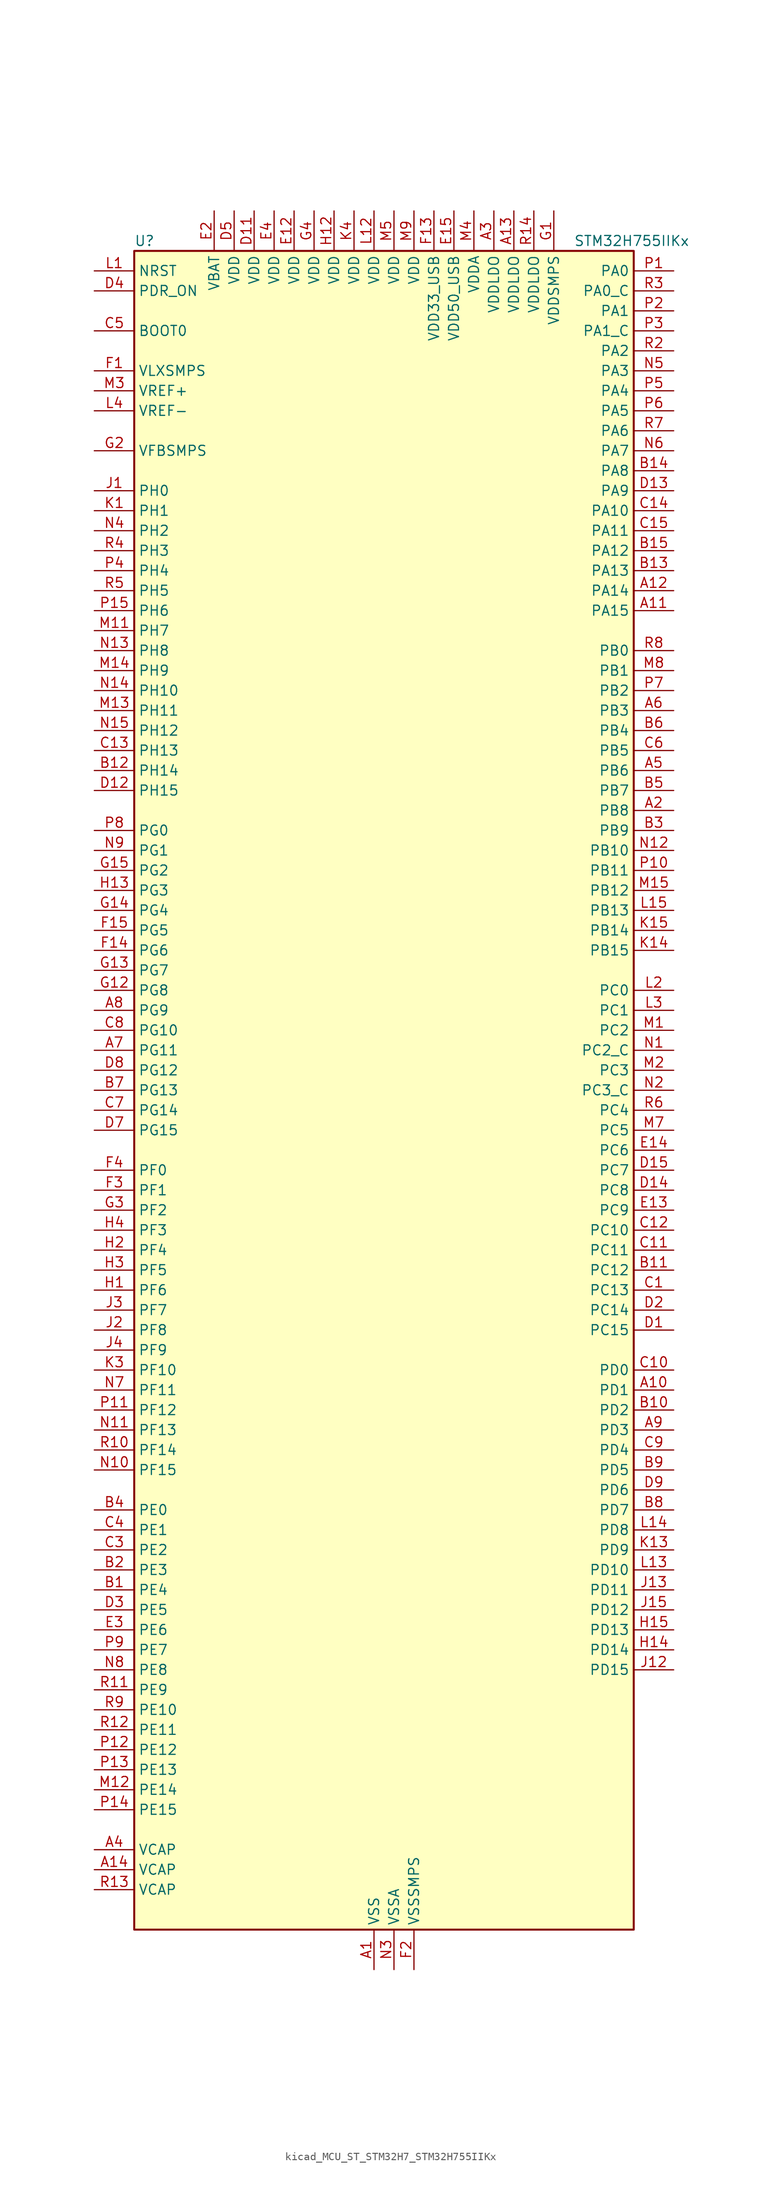
<source format=kicad_sym>
(kicad_symbol_lib
  (version 20220914)
  (generator kicad_symbol_editor)
  (symbol "kicad_MCU_ST_STM32H7_STM32H755IIKx"
    (property "Reference" "U"
      (at -30.48 107.95 0)
      (effects (font (size 1.27 1.27)) (justify left)))
    (property "Value" "STM32H755IIKx"
      (at 25.4 107.95 0)
      (effects (font (size 1.27 1.27)) (justify left)))
    (property "ki_locked" ""
      (at 0 0 0)
      (effects (font (size 1.27 1.27))))
    (symbol "kicad_MCU_ST_STM32H7_STM32H755IIKx_0_1"
      (rectangle (start -30.48 -106.68) (end 33.02 106.68) (stroke (width 0.254) (type default)) (fill (type background))))
    (symbol "kicad_MCU_ST_STM32H7_STM32H755IIKx_1_1"
      (pin power_in line (at 0 -111.76 90) (length 5.08) (name "VSS" (effects (font (size 1.27 1.27)))) (number "A1" (effects (font (size 1.27 1.27)))))
      (pin bidirectional line (at 38.1 -38.1 180) (length 5.08) (name "PD1" (effects (font (size 1.27 1.27)))) (number "A10" (effects (font (size 1.27 1.27)))) (alternate "DFSDM1_DATIN6" bidirectional line) (alternate "FDCAN1_TX" bidirectional line) (alternate "FMC_D3" bidirectional line) (alternate "FMC_DA3" bidirectional line) (alternate "SAI3_SD_A" bidirectional line) (alternate "UART4_TX" bidirectional line))
      (pin bidirectional line (at 38.1 60.96 180) (length 5.08) (name "PA15" (effects (font (size 1.27 1.27)))) (number "A11" (effects (font (size 1.27 1.27)))) (alternate "ADC1_EXTI15" bidirectional line) (alternate "ADC2_EXTI15" bidirectional line) (alternate "ADC3_EXTI15" bidirectional line) (alternate "CEC" bidirectional line) (alternate "DEBUG_JTDI" bidirectional line) (alternate "HRTIM_FLT1" bidirectional line) (alternate "I2S1_WS" bidirectional line) (alternate "I2S3_WS" bidirectional line) (alternate "SPI1_NSS" bidirectional line) (alternate "SPI3_NSS" bidirectional line) (alternate "SPI6_NSS" bidirectional line) (alternate "TIM2_CH1" bidirectional line) (alternate "TIM2_ETR" bidirectional line) (alternate "UART4_DE" bidirectional line) (alternate "UART4_RTS" bidirectional line) (alternate "UART7_TX" bidirectional line))
      (pin bidirectional line (at 38.1 63.5 180) (length 5.08) (name "PA14" (effects (font (size 1.27 1.27)))) (number "A12" (effects (font (size 1.27 1.27)))) (alternate "DEBUG_JTCK-SWCLK" bidirectional line))
      (pin power_in line (at 17.78 111.76 270) (length 5.08) (name "VDDLDO" (effects (font (size 1.27 1.27)))) (number "A13" (effects (font (size 1.27 1.27)))))
      (pin power_out line (at -35.56 -99.06 0) (length 5.08) (name "VCAP" (effects (font (size 1.27 1.27)))) (number "A14" (effects (font (size 1.27 1.27)))))
      (pin passive line (at 0 -111.76 90) (length 5.08) hide (name "VSS" (effects (font (size 1.27 1.27)))) (number "A15" (effects (font (size 1.27 1.27)))))
      (pin bidirectional line (at 38.1 35.56 180) (length 5.08) (name "PB8" (effects (font (size 1.27 1.27)))) (number "A2" (effects (font (size 1.27 1.27)))) (alternate "DCMI_D6" bidirectional line) (alternate "DFSDM1_CKIN7" bidirectional line) (alternate "ETH_TXD3" bidirectional line) (alternate "FDCAN1_RX" bidirectional line) (alternate "I2C1_SCL" bidirectional line) (alternate "I2C4_SCL" bidirectional line) (alternate "LTDC_B6" bidirectional line) (alternate "SDMMC1_CKIN" bidirectional line) (alternate "SDMMC1_D4" bidirectional line) (alternate "SDMMC2_D4" bidirectional line) (alternate "TIM16_CH1" bidirectional line) (alternate "TIM4_CH3" bidirectional line) (alternate "UART4_RX" bidirectional line))
      (pin power_in line (at 15.24 111.76 270) (length 5.08) (name "VDDLDO" (effects (font (size 1.27 1.27)))) (number "A3" (effects (font (size 1.27 1.27)))))
      (pin power_out line (at -35.56 -96.52 0) (length 5.08) (name "VCAP" (effects (font (size 1.27 1.27)))) (number "A4" (effects (font (size 1.27 1.27)))))
      (pin bidirectional line (at 38.1 40.64 180) (length 5.08) (name "PB6" (effects (font (size 1.27 1.27)))) (number "A5" (effects (font (size 1.27 1.27)))) (alternate "CEC" bidirectional line) (alternate "DCMI_D5" bidirectional line) (alternate "DFSDM1_DATIN5" bidirectional line) (alternate "FDCAN2_TX" bidirectional line) (alternate "FMC_SDNE1" bidirectional line) (alternate "HRTIM_EEV8" bidirectional line) (alternate "I2C1_SCL" bidirectional line) (alternate "I2C4_SCL" bidirectional line) (alternate "LPUART1_TX" bidirectional line) (alternate "QUADSPI_BK1_NCS" bidirectional line) (alternate "TIM16_CH1N" bidirectional line) (alternate "TIM4_CH1" bidirectional line) (alternate "UART5_TX" bidirectional line) (alternate "USART1_TX" bidirectional line))
      (pin bidirectional line (at 38.1 48.26 180) (length 5.08) (name "PB3" (effects (font (size 1.27 1.27)))) (number "A6" (effects (font (size 1.27 1.27)))) (alternate "CRS_SYNC" bidirectional line) (alternate "DEBUG_JTDO-SWO" bidirectional line) (alternate "HRTIM_FLT4" bidirectional line) (alternate "I2S1_CK" bidirectional line) (alternate "I2S3_CK" bidirectional line) (alternate "SDMMC2_D2" bidirectional line) (alternate "SPI1_SCK" bidirectional line) (alternate "SPI3_SCK" bidirectional line) (alternate "SPI6_SCK" bidirectional line) (alternate "TIM2_CH2" bidirectional line) (alternate "UART7_RX" bidirectional line))
      (pin bidirectional line (at -35.56 5.08 0) (length 5.08) (name "PG11" (effects (font (size 1.27 1.27)))) (number "A7" (effects (font (size 1.27 1.27)))) (alternate "ADC1_EXTI11" bidirectional line) (alternate "ADC2_EXTI11" bidirectional line) (alternate "ADC3_EXTI11" bidirectional line) (alternate "DCMI_D3" bidirectional line) (alternate "ETH_TX_EN" bidirectional line) (alternate "HRTIM_EEV4" bidirectional line) (alternate "I2S1_CK" bidirectional line) (alternate "LPTIM1_IN2" bidirectional line) (alternate "LTDC_B3" bidirectional line) (alternate "SDMMC2_D2" bidirectional line) (alternate "SPDIFRX1_IN0" bidirectional line) (alternate "SPI1_SCK" bidirectional line))
      (pin bidirectional line (at -35.56 10.16 0) (length 5.08) (name "PG9" (effects (font (size 1.27 1.27)))) (number "A8" (effects (font (size 1.27 1.27)))) (alternate "DAC1_EXTI9" bidirectional line) (alternate "DCMI_VSYNC" bidirectional line) (alternate "FMC_NCE" bidirectional line) (alternate "FMC_NE2" bidirectional line) (alternate "I2S1_SDI" bidirectional line) (alternate "QUADSPI_BK2_IO2" bidirectional line) (alternate "SAI2_FS_B" bidirectional line) (alternate "SPDIFRX1_IN3" bidirectional line) (alternate "SPI1_MISO" bidirectional line) (alternate "USART6_RX" bidirectional line))
      (pin bidirectional line (at 38.1 -43.18 180) (length 5.08) (name "PD3" (effects (font (size 1.27 1.27)))) (number "A9" (effects (font (size 1.27 1.27)))) (alternate "DCMI_D5" bidirectional line) (alternate "DFSDM1_CKOUT" bidirectional line) (alternate "FMC_CLK" bidirectional line) (alternate "I2S2_CK" bidirectional line) (alternate "LTDC_G7" bidirectional line) (alternate "SPI2_SCK" bidirectional line) (alternate "USART2_CTS" bidirectional line) (alternate "USART2_NSS" bidirectional line))
      (pin bidirectional line (at -35.56 -63.5 0) (length 5.08) (name "PE4" (effects (font (size 1.27 1.27)))) (number "B1" (effects (font (size 1.27 1.27)))) (alternate "DCMI_D4" bidirectional line) (alternate "DEBUG_TRACED1" bidirectional line) (alternate "DFSDM1_DATIN3" bidirectional line) (alternate "FMC_A20" bidirectional line) (alternate "LTDC_B0" bidirectional line) (alternate "SAI1_D2" bidirectional line) (alternate "SAI1_FS_A" bidirectional line) (alternate "SAI4_D2" bidirectional line) (alternate "SAI4_FS_A" bidirectional line) (alternate "SPI4_NSS" bidirectional line) (alternate "TIM15_CH1N" bidirectional line))
      (pin bidirectional line (at 38.1 -40.64 180) (length 5.08) (name "PD2" (effects (font (size 1.27 1.27)))) (number "B10" (effects (font (size 1.27 1.27)))) (alternate "DCMI_D11" bidirectional line) (alternate "DEBUG_TRACED2" bidirectional line) (alternate "SDMMC1_CMD" bidirectional line) (alternate "TIM3_ETR" bidirectional line) (alternate "UART5_RX" bidirectional line))
      (pin bidirectional line (at 38.1 -22.86 180) (length 5.08) (name "PC12" (effects (font (size 1.27 1.27)))) (number "B11" (effects (font (size 1.27 1.27)))) (alternate "DCMI_D9" bidirectional line) (alternate "DEBUG_TRACED3" bidirectional line) (alternate "HRTIM_EEV2" bidirectional line) (alternate "I2S3_SDO" bidirectional line) (alternate "SDMMC1_CK" bidirectional line) (alternate "SPI3_MOSI" bidirectional line) (alternate "UART5_TX" bidirectional line) (alternate "USART3_CK" bidirectional line))
      (pin bidirectional line (at -35.56 40.64 0) (length 5.08) (name "PH14" (effects (font (size 1.27 1.27)))) (number "B12" (effects (font (size 1.27 1.27)))) (alternate "DCMI_D4" bidirectional line) (alternate "FDCAN1_RX" bidirectional line) (alternate "FMC_D22" bidirectional line) (alternate "LTDC_G3" bidirectional line) (alternate "TIM8_CH2N" bidirectional line) (alternate "UART4_RX" bidirectional line))
      (pin bidirectional line (at 38.1 66.04 180) (length 5.08) (name "PA13" (effects (font (size 1.27 1.27)))) (number "B13" (effects (font (size 1.27 1.27)))) (alternate "DEBUG_JTMS-SWDIO" bidirectional line))
      (pin bidirectional line (at 38.1 78.74 180) (length 5.08) (name "PA8" (effects (font (size 1.27 1.27)))) (number "B14" (effects (font (size 1.27 1.27)))) (alternate "HRTIM_CHB2" bidirectional line) (alternate "I2C3_SCL" bidirectional line) (alternate "LTDC_B3" bidirectional line) (alternate "LTDC_R6" bidirectional line) (alternate "RCC_MCO_1" bidirectional line) (alternate "TIM1_CH1" bidirectional line) (alternate "TIM8_BKIN2" bidirectional line) (alternate "TIM8_BKIN2_COMP1" bidirectional line) (alternate "TIM8_BKIN2_COMP2" bidirectional line) (alternate "UART7_RX" bidirectional line) (alternate "USART1_CK" bidirectional line) (alternate "USB_OTG_FS_SOF" bidirectional line))
      (pin bidirectional line (at 38.1 68.58 180) (length 5.08) (name "PA12" (effects (font (size 1.27 1.27)))) (number "B15" (effects (font (size 1.27 1.27)))) (alternate "FDCAN1_TX" bidirectional line) (alternate "HRTIM_CHD2" bidirectional line) (alternate "I2S2_CK" bidirectional line) (alternate "LPUART1_DE" bidirectional line) (alternate "LPUART1_RTS" bidirectional line) (alternate "LTDC_R5" bidirectional line) (alternate "SAI2_FS_B" bidirectional line) (alternate "SPI2_SCK" bidirectional line) (alternate "TIM1_ETR" bidirectional line) (alternate "UART4_TX" bidirectional line) (alternate "USART1_DE" bidirectional line) (alternate "USART1_RTS" bidirectional line) (alternate "USB_OTG_FS_DP" bidirectional line))
      (pin bidirectional line (at -35.56 -60.96 0) (length 5.08) (name "PE3" (effects (font (size 1.27 1.27)))) (number "B2" (effects (font (size 1.27 1.27)))) (alternate "DEBUG_TRACED0" bidirectional line) (alternate "FMC_A19" bidirectional line) (alternate "SAI1_SD_B" bidirectional line) (alternate "SAI4_SD_B" bidirectional line) (alternate "TIM15_BKIN" bidirectional line))
      (pin bidirectional line (at 38.1 33.02 180) (length 5.08) (name "PB9" (effects (font (size 1.27 1.27)))) (number "B3" (effects (font (size 1.27 1.27)))) (alternate "DAC1_EXTI9" bidirectional line) (alternate "DCMI_D7" bidirectional line) (alternate "DFSDM1_DATIN7" bidirectional line) (alternate "FDCAN1_TX" bidirectional line) (alternate "I2C1_SDA" bidirectional line) (alternate "I2C4_SDA" bidirectional line) (alternate "I2C4_SMBA" bidirectional line) (alternate "I2S2_WS" bidirectional line) (alternate "LTDC_B7" bidirectional line) (alternate "SDMMC1_CDIR" bidirectional line) (alternate "SDMMC1_D5" bidirectional line) (alternate "SDMMC2_D5" bidirectional line) (alternate "SPI2_NSS" bidirectional line) (alternate "TIM17_CH1" bidirectional line) (alternate "TIM4_CH4" bidirectional line) (alternate "UART4_TX" bidirectional line))
      (pin bidirectional line (at -35.56 -53.34 0) (length 5.08) (name "PE0" (effects (font (size 1.27 1.27)))) (number "B4" (effects (font (size 1.27 1.27)))) (alternate "DCMI_D2" bidirectional line) (alternate "FMC_NBL0" bidirectional line) (alternate "HRTIM_SCIN" bidirectional line) (alternate "LPTIM1_ETR" bidirectional line) (alternate "LPTIM2_ETR" bidirectional line) (alternate "SAI2_MCLK_A" bidirectional line) (alternate "TIM4_ETR" bidirectional line) (alternate "UART8_RX" bidirectional line))
      (pin bidirectional line (at 38.1 38.1 180) (length 5.08) (name "PB7" (effects (font (size 1.27 1.27)))) (number "B5" (effects (font (size 1.27 1.27)))) (alternate "DCMI_VSYNC" bidirectional line) (alternate "DFSDM1_CKIN5" bidirectional line) (alternate "FMC_NL" bidirectional line) (alternate "HRTIM_EEV9" bidirectional line) (alternate "I2C1_SDA" bidirectional line) (alternate "I2C4_SDA" bidirectional line) (alternate "LPUART1_RX" bidirectional line) (alternate "PWR_PVD_IN" bidirectional line) (alternate "TIM17_CH1N" bidirectional line) (alternate "TIM4_CH2" bidirectional line) (alternate "USART1_RX" bidirectional line))
      (pin bidirectional line (at 38.1 45.72 180) (length 5.08) (name "PB4" (effects (font (size 1.27 1.27)))) (number "B6" (effects (font (size 1.27 1.27)))) (alternate "DEBUG_JTRST" bidirectional line) (alternate "HRTIM_EEV6" bidirectional line) (alternate "I2S1_SDI" bidirectional line) (alternate "I2S2_WS" bidirectional line) (alternate "I2S3_SDI" bidirectional line) (alternate "SDMMC2_D3" bidirectional line) (alternate "SPI1_MISO" bidirectional line) (alternate "SPI2_NSS" bidirectional line) (alternate "SPI3_MISO" bidirectional line) (alternate "SPI6_MISO" bidirectional line) (alternate "TIM16_BKIN" bidirectional line) (alternate "TIM3_CH1" bidirectional line) (alternate "UART7_TX" bidirectional line))
      (pin bidirectional line (at -35.56 0 0) (length 5.08) (name "PG13" (effects (font (size 1.27 1.27)))) (number "B7" (effects (font (size 1.27 1.27)))) (alternate "DEBUG_TRACED0" bidirectional line) (alternate "ETH_TXD0" bidirectional line) (alternate "FMC_A24" bidirectional line) (alternate "HRTIM_EEV10" bidirectional line) (alternate "LPTIM1_OUT" bidirectional line) (alternate "LTDC_R0" bidirectional line) (alternate "SPI6_SCK" bidirectional line) (alternate "USART6_CTS" bidirectional line) (alternate "USART6_NSS" bidirectional line))
      (pin bidirectional line (at 38.1 -53.34 180) (length 5.08) (name "PD7" (effects (font (size 1.27 1.27)))) (number "B8" (effects (font (size 1.27 1.27)))) (alternate "DFSDM1_CKIN1" bidirectional line) (alternate "DFSDM1_DATIN4" bidirectional line) (alternate "FMC_NE1" bidirectional line) (alternate "I2S1_SDO" bidirectional line) (alternate "SDMMC2_CMD" bidirectional line) (alternate "SPDIFRX1_IN0" bidirectional line) (alternate "SPI1_MOSI" bidirectional line) (alternate "USART2_CK" bidirectional line))
      (pin bidirectional line (at 38.1 -48.26 180) (length 5.08) (name "PD5" (effects (font (size 1.27 1.27)))) (number "B9" (effects (font (size 1.27 1.27)))) (alternate "FMC_NWE" bidirectional line) (alternate "HRTIM_EEV3" bidirectional line) (alternate "USART2_TX" bidirectional line))
      (pin bidirectional line (at 38.1 -25.4 180) (length 5.08) (name "PC13" (effects (font (size 1.27 1.27)))) (number "C1" (effects (font (size 1.27 1.27)))) (alternate "PWR_WKUP2" bidirectional line) (alternate "RTC_OUT_ALARM" bidirectional line) (alternate "RTC_OUT_CALIB" bidirectional line) (alternate "RTC_TAMP1" bidirectional line) (alternate "RTC_TS" bidirectional line))
      (pin bidirectional line (at 38.1 -35.56 180) (length 5.08) (name "PD0" (effects (font (size 1.27 1.27)))) (number "C10" (effects (font (size 1.27 1.27)))) (alternate "DFSDM1_CKIN6" bidirectional line) (alternate "FDCAN1_RX" bidirectional line) (alternate "FMC_D2" bidirectional line) (alternate "FMC_DA2" bidirectional line) (alternate "SAI3_SCK_A" bidirectional line) (alternate "UART4_RX" bidirectional line))
      (pin bidirectional line (at 38.1 -20.32 180) (length 5.08) (name "PC11" (effects (font (size 1.27 1.27)))) (number "C11" (effects (font (size 1.27 1.27)))) (alternate "ADC1_EXTI11" bidirectional line) (alternate "ADC2_EXTI11" bidirectional line) (alternate "ADC3_EXTI11" bidirectional line) (alternate "DCMI_D4" bidirectional line) (alternate "DFSDM1_DATIN5" bidirectional line) (alternate "HRTIM_FLT2" bidirectional line) (alternate "I2S3_SDI" bidirectional line) (alternate "QUADSPI_BK2_NCS" bidirectional line) (alternate "SDMMC1_D3" bidirectional line) (alternate "SPI3_MISO" bidirectional line) (alternate "UART4_RX" bidirectional line) (alternate "USART3_RX" bidirectional line))
      (pin bidirectional line (at 38.1 -17.78 180) (length 5.08) (name "PC10" (effects (font (size 1.27 1.27)))) (number "C12" (effects (font (size 1.27 1.27)))) (alternate "DCMI_D8" bidirectional line) (alternate "DFSDM1_CKIN5" bidirectional line) (alternate "HRTIM_EEV1" bidirectional line) (alternate "I2S3_CK" bidirectional line) (alternate "LTDC_R2" bidirectional line) (alternate "QUADSPI_BK1_IO1" bidirectional line) (alternate "SDMMC1_D2" bidirectional line) (alternate "SPI3_SCK" bidirectional line) (alternate "UART4_TX" bidirectional line) (alternate "USART3_TX" bidirectional line))
      (pin bidirectional line (at -35.56 43.18 0) (length 5.08) (name "PH13" (effects (font (size 1.27 1.27)))) (number "C13" (effects (font (size 1.27 1.27)))) (alternate "FDCAN1_TX" bidirectional line) (alternate "FMC_D21" bidirectional line) (alternate "LTDC_G2" bidirectional line) (alternate "TIM8_CH1N" bidirectional line) (alternate "UART4_TX" bidirectional line))
      (pin bidirectional line (at 38.1 73.66 180) (length 5.08) (name "PA10" (effects (font (size 1.27 1.27)))) (number "C14" (effects (font (size 1.27 1.27)))) (alternate "DCMI_D1" bidirectional line) (alternate "HRTIM_CHC2" bidirectional line) (alternate "LPUART1_RX" bidirectional line) (alternate "LTDC_B1" bidirectional line) (alternate "LTDC_B4" bidirectional line) (alternate "MDIOS_MDIO" bidirectional line) (alternate "TIM1_CH3" bidirectional line) (alternate "USART1_RX" bidirectional line) (alternate "USB_OTG_FS_ID" bidirectional line))
      (pin bidirectional line (at 38.1 71.12 180) (length 5.08) (name "PA11" (effects (font (size 1.27 1.27)))) (number "C15" (effects (font (size 1.27 1.27)))) (alternate "ADC1_EXTI11" bidirectional line) (alternate "ADC2_EXTI11" bidirectional line) (alternate "ADC3_EXTI11" bidirectional line) (alternate "FDCAN1_RX" bidirectional line) (alternate "HRTIM_CHD1" bidirectional line) (alternate "I2S2_WS" bidirectional line) (alternate "LPUART1_CTS" bidirectional line) (alternate "LTDC_R4" bidirectional line) (alternate "SPI2_NSS" bidirectional line) (alternate "TIM1_CH4" bidirectional line) (alternate "UART4_RX" bidirectional line) (alternate "USART1_CTS" bidirectional line) (alternate "USART1_NSS" bidirectional line) (alternate "USB_OTG_FS_DM" bidirectional line))
      (pin passive line (at 0 -111.76 90) (length 5.08) hide (name "VSS" (effects (font (size 1.27 1.27)))) (number "C2" (effects (font (size 1.27 1.27)))))
      (pin bidirectional line (at -35.56 -58.42 0) (length 5.08) (name "PE2" (effects (font (size 1.27 1.27)))) (number "C3" (effects (font (size 1.27 1.27)))) (alternate "DEBUG_TRACECLK" bidirectional line) (alternate "ETH_TXD3" bidirectional line) (alternate "FMC_A23" bidirectional line) (alternate "QUADSPI_BK1_IO2" bidirectional line) (alternate "SAI1_CK1" bidirectional line) (alternate "SAI1_MCLK_A" bidirectional line) (alternate "SAI4_CK1" bidirectional line) (alternate "SAI4_MCLK_A" bidirectional line) (alternate "SPI4_SCK" bidirectional line))
      (pin bidirectional line (at -35.56 -55.88 0) (length 5.08) (name "PE1" (effects (font (size 1.27 1.27)))) (number "C4" (effects (font (size 1.27 1.27)))) (alternate "DCMI_D3" bidirectional line) (alternate "FMC_NBL1" bidirectional line) (alternate "HRTIM_SCOUT" bidirectional line) (alternate "LPTIM1_IN2" bidirectional line) (alternate "UART8_TX" bidirectional line))
      (pin input line (at -35.56 96.52 0) (length 5.08) (name "BOOT0" (effects (font (size 1.27 1.27)))) (number "C5" (effects (font (size 1.27 1.27)))))
      (pin bidirectional line (at 38.1 43.18 180) (length 5.08) (name "PB5" (effects (font (size 1.27 1.27)))) (number "C6" (effects (font (size 1.27 1.27)))) (alternate "DCMI_D10" bidirectional line) (alternate "ETH_PPS_OUT" bidirectional line) (alternate "FDCAN2_RX" bidirectional line) (alternate "FMC_SDCKE1" bidirectional line) (alternate "HRTIM_EEV7" bidirectional line) (alternate "I2C1_SMBA" bidirectional line) (alternate "I2C4_SMBA" bidirectional line) (alternate "I2S1_SDO" bidirectional line) (alternate "I2S3_SDO" bidirectional line) (alternate "SPI1_MOSI" bidirectional line) (alternate "SPI3_MOSI" bidirectional line) (alternate "SPI6_MOSI" bidirectional line) (alternate "TIM17_BKIN" bidirectional line) (alternate "TIM3_CH2" bidirectional line) (alternate "UART5_RX" bidirectional line) (alternate "USB_OTG_HS_ULPI_D7" bidirectional line))
      (pin bidirectional line (at -35.56 -2.54 0) (length 5.08) (name "PG14" (effects (font (size 1.27 1.27)))) (number "C7" (effects (font (size 1.27 1.27)))) (alternate "DEBUG_TRACED1" bidirectional line) (alternate "ETH_TXD1" bidirectional line) (alternate "FMC_A25" bidirectional line) (alternate "LPTIM1_ETR" bidirectional line) (alternate "LTDC_B0" bidirectional line) (alternate "QUADSPI_BK2_IO3" bidirectional line) (alternate "SPI6_MOSI" bidirectional line) (alternate "USART6_TX" bidirectional line))
      (pin bidirectional line (at -35.56 7.62 0) (length 5.08) (name "PG10" (effects (font (size 1.27 1.27)))) (number "C8" (effects (font (size 1.27 1.27)))) (alternate "DCMI_D2" bidirectional line) (alternate "FMC_NE3" bidirectional line) (alternate "HRTIM_FLT5" bidirectional line) (alternate "I2S1_WS" bidirectional line) (alternate "LTDC_B2" bidirectional line) (alternate "LTDC_G3" bidirectional line) (alternate "SAI2_SD_B" bidirectional line) (alternate "SPI1_NSS" bidirectional line))
      (pin bidirectional line (at 38.1 -45.72 180) (length 5.08) (name "PD4" (effects (font (size 1.27 1.27)))) (number "C9" (effects (font (size 1.27 1.27)))) (alternate "FMC_NOE" bidirectional line) (alternate "HRTIM_FLT3" bidirectional line) (alternate "SAI3_FS_A" bidirectional line) (alternate "USART2_DE" bidirectional line) (alternate "USART2_RTS" bidirectional line))
      (pin bidirectional line (at 38.1 -30.48 180) (length 5.08) (name "PC15" (effects (font (size 1.27 1.27)))) (number "D1" (effects (font (size 1.27 1.27)))) (alternate "ADC1_EXTI15" bidirectional line) (alternate "ADC2_EXTI15" bidirectional line) (alternate "ADC3_EXTI15" bidirectional line) (alternate "RCC_OSC32_OUT" bidirectional line))
      (pin passive line (at 0 -111.76 90) (length 5.08) hide (name "VSS" (effects (font (size 1.27 1.27)))) (number "D10" (effects (font (size 1.27 1.27)))))
      (pin power_in line (at -15.24 111.76 270) (length 5.08) (name "VDD" (effects (font (size 1.27 1.27)))) (number "D11" (effects (font (size 1.27 1.27)))))
      (pin bidirectional line (at -35.56 38.1 0) (length 5.08) (name "PH15" (effects (font (size 1.27 1.27)))) (number "D12" (effects (font (size 1.27 1.27)))) (alternate "ADC1_EXTI15" bidirectional line) (alternate "ADC2_EXTI15" bidirectional line) (alternate "ADC3_EXTI15" bidirectional line) (alternate "DCMI_D11" bidirectional line) (alternate "FMC_D23" bidirectional line) (alternate "LTDC_G4" bidirectional line) (alternate "TIM8_CH3N" bidirectional line))
      (pin bidirectional line (at 38.1 76.2 180) (length 5.08) (name "PA9" (effects (font (size 1.27 1.27)))) (number "D13" (effects (font (size 1.27 1.27)))) (alternate "DAC1_EXTI9" bidirectional line) (alternate "DCMI_D0" bidirectional line) (alternate "HRTIM_CHC1" bidirectional line) (alternate "I2C3_SMBA" bidirectional line) (alternate "I2S2_CK" bidirectional line) (alternate "LPUART1_TX" bidirectional line) (alternate "LTDC_R5" bidirectional line) (alternate "SPI2_SCK" bidirectional line) (alternate "TIM1_CH2" bidirectional line) (alternate "USART1_TX" bidirectional line) (alternate "USB_OTG_FS_VBUS" bidirectional line))
      (pin bidirectional line (at 38.1 -12.7 180) (length 5.08) (name "PC8" (effects (font (size 1.27 1.27)))) (number "D14" (effects (font (size 1.27 1.27)))) (alternate "DCMI_D2" bidirectional line) (alternate "DEBUG_TRACED1" bidirectional line) (alternate "FMC_NCE" bidirectional line) (alternate "FMC_NE2" bidirectional line) (alternate "HRTIM_CHB1" bidirectional line) (alternate "SDMMC1_D0" bidirectional line) (alternate "SWPMI1_RX" bidirectional line) (alternate "TIM3_CH3" bidirectional line) (alternate "TIM8_CH3" bidirectional line) (alternate "UART5_DE" bidirectional line) (alternate "UART5_RTS" bidirectional line) (alternate "USART6_CK" bidirectional line))
      (pin bidirectional line (at 38.1 -10.16 180) (length 5.08) (name "PC7" (effects (font (size 1.27 1.27)))) (number "D15" (effects (font (size 1.27 1.27)))) (alternate "DCMI_D1" bidirectional line) (alternate "DEBUG_TRGIO" bidirectional line) (alternate "DFSDM1_DATIN3" bidirectional line) (alternate "FMC_NE1" bidirectional line) (alternate "HRTIM_CHA2" bidirectional line) (alternate "I2S3_MCK" bidirectional line) (alternate "LTDC_G6" bidirectional line) (alternate "SDMMC1_D123DIR" bidirectional line) (alternate "SDMMC1_D7" bidirectional line) (alternate "SDMMC2_D7" bidirectional line) (alternate "SWPMI1_TX" bidirectional line) (alternate "TIM3_CH2" bidirectional line) (alternate "TIM8_CH2" bidirectional line) (alternate "USART6_RX" bidirectional line))
      (pin bidirectional line (at 38.1 -27.94 180) (length 5.08) (name "PC14" (effects (font (size 1.27 1.27)))) (number "D2" (effects (font (size 1.27 1.27)))) (alternate "RCC_OSC32_IN" bidirectional line))
      (pin bidirectional line (at -35.56 -66.04 0) (length 5.08) (name "PE5" (effects (font (size 1.27 1.27)))) (number "D3" (effects (font (size 1.27 1.27)))) (alternate "DCMI_D6" bidirectional line) (alternate "DEBUG_TRACED2" bidirectional line) (alternate "DFSDM1_CKIN3" bidirectional line) (alternate "FMC_A21" bidirectional line) (alternate "LTDC_G0" bidirectional line) (alternate "SAI1_CK2" bidirectional line) (alternate "SAI1_SCK_A" bidirectional line) (alternate "SAI4_CK2" bidirectional line) (alternate "SAI4_SCK_A" bidirectional line) (alternate "SPI4_MISO" bidirectional line) (alternate "TIM15_CH1" bidirectional line))
      (pin input line (at -35.56 101.6 0) (length 5.08) (name "PDR_ON" (effects (font (size 1.27 1.27)))) (number "D4" (effects (font (size 1.27 1.27)))))
      (pin power_in line (at -17.78 111.76 270) (length 5.08) (name "VDD" (effects (font (size 1.27 1.27)))) (number "D5" (effects (font (size 1.27 1.27)))))
      (pin passive line (at 0 -111.76 90) (length 5.08) hide (name "VSS" (effects (font (size 1.27 1.27)))) (number "D6" (effects (font (size 1.27 1.27)))))
      (pin bidirectional line (at -35.56 -5.08 0) (length 5.08) (name "PG15" (effects (font (size 1.27 1.27)))) (number "D7" (effects (font (size 1.27 1.27)))) (alternate "ADC1_EXTI15" bidirectional line) (alternate "ADC2_EXTI15" bidirectional line) (alternate "ADC3_EXTI15" bidirectional line) (alternate "DCMI_D13" bidirectional line) (alternate "FMC_SDNCAS" bidirectional line) (alternate "USART6_CTS" bidirectional line) (alternate "USART6_NSS" bidirectional line))
      (pin bidirectional line (at -35.56 2.54 0) (length 5.08) (name "PG12" (effects (font (size 1.27 1.27)))) (number "D8" (effects (font (size 1.27 1.27)))) (alternate "ETH_TXD1" bidirectional line) (alternate "FMC_NE4" bidirectional line) (alternate "HRTIM_EEV5" bidirectional line) (alternate "LPTIM1_IN1" bidirectional line) (alternate "LTDC_B1" bidirectional line) (alternate "LTDC_B4" bidirectional line) (alternate "SPDIFRX1_IN1" bidirectional line) (alternate "SPI6_MISO" bidirectional line) (alternate "USART6_DE" bidirectional line) (alternate "USART6_RTS" bidirectional line))
      (pin bidirectional line (at 38.1 -50.8 180) (length 5.08) (name "PD6" (effects (font (size 1.27 1.27)))) (number "D9" (effects (font (size 1.27 1.27)))) (alternate "DCMI_D10" bidirectional line) (alternate "DFSDM1_CKIN4" bidirectional line) (alternate "DFSDM1_DATIN1" bidirectional line) (alternate "FMC_NWAIT" bidirectional line) (alternate "I2S3_SDO" bidirectional line) (alternate "LTDC_B2" bidirectional line) (alternate "SAI1_D1" bidirectional line) (alternate "SAI1_SD_A" bidirectional line) (alternate "SAI4_D1" bidirectional line) (alternate "SAI4_SD_A" bidirectional line) (alternate "SDMMC2_CK" bidirectional line) (alternate "SPI3_MOSI" bidirectional line) (alternate "USART2_RX" bidirectional line))
      (pin passive line (at 0 -111.76 90) (length 5.08) hide (name "VSS" (effects (font (size 1.27 1.27)))) (number "E1" (effects (font (size 1.27 1.27)))))
      (pin power_in line (at -10.16 111.76 270) (length 5.08) (name "VDD" (effects (font (size 1.27 1.27)))) (number "E12" (effects (font (size 1.27 1.27)))))
      (pin bidirectional line (at 38.1 -15.24 180) (length 5.08) (name "PC9" (effects (font (size 1.27 1.27)))) (number "E13" (effects (font (size 1.27 1.27)))) (alternate "DAC1_EXTI9" bidirectional line) (alternate "DCMI_D3" bidirectional line) (alternate "I2C3_SDA" bidirectional line) (alternate "I2S_CKIN" bidirectional line) (alternate "LTDC_B2" bidirectional line) (alternate "LTDC_G3" bidirectional line) (alternate "QUADSPI_BK1_IO0" bidirectional line) (alternate "RCC_MCO_2" bidirectional line) (alternate "SDMMC1_D1" bidirectional line) (alternate "SWPMI1_SUSPEND" bidirectional line) (alternate "TIM3_CH4" bidirectional line) (alternate "TIM8_CH4" bidirectional line) (alternate "UART5_CTS" bidirectional line))
      (pin bidirectional line (at 38.1 -7.62 180) (length 5.08) (name "PC6" (effects (font (size 1.27 1.27)))) (number "E14" (effects (font (size 1.27 1.27)))) (alternate "DCMI_D0" bidirectional line) (alternate "DFSDM1_CKIN3" bidirectional line) (alternate "FMC_NWAIT" bidirectional line) (alternate "HRTIM_CHA1" bidirectional line) (alternate "I2S2_MCK" bidirectional line) (alternate "LTDC_HSYNC" bidirectional line) (alternate "SDMMC1_D0DIR" bidirectional line) (alternate "SDMMC1_D6" bidirectional line) (alternate "SDMMC2_D6" bidirectional line) (alternate "SWPMI1_IO" bidirectional line) (alternate "TIM3_CH1" bidirectional line) (alternate "TIM8_CH1" bidirectional line) (alternate "USART6_TX" bidirectional line))
      (pin power_in line (at 10.16 111.76 270) (length 5.08) (name "VDD50_USB" (effects (font (size 1.27 1.27)))) (number "E15" (effects (font (size 1.27 1.27)))))
      (pin power_in line (at -20.32 111.76 270) (length 5.08) (name "VBAT" (effects (font (size 1.27 1.27)))) (number "E2" (effects (font (size 1.27 1.27)))))
      (pin bidirectional line (at -35.56 -68.58 0) (length 5.08) (name "PE6" (effects (font (size 1.27 1.27)))) (number "E3" (effects (font (size 1.27 1.27)))) (alternate "DCMI_D7" bidirectional line) (alternate "DEBUG_TRACED3" bidirectional line) (alternate "FMC_A22" bidirectional line) (alternate "LTDC_G1" bidirectional line) (alternate "SAI1_D1" bidirectional line) (alternate "SAI1_SD_A" bidirectional line) (alternate "SAI2_MCLK_B" bidirectional line) (alternate "SAI4_D1" bidirectional line) (alternate "SAI4_SD_A" bidirectional line) (alternate "SPI4_MOSI" bidirectional line) (alternate "TIM15_CH2" bidirectional line) (alternate "TIM1_BKIN2" bidirectional line) (alternate "TIM1_BKIN2_COMP1" bidirectional line) (alternate "TIM1_BKIN2_COMP2" bidirectional line))
      (pin power_in line (at -12.7 111.76 270) (length 5.08) (name "VDD" (effects (font (size 1.27 1.27)))) (number "E4" (effects (font (size 1.27 1.27)))))
      (pin power_in line (at -35.56 91.44 0) (length 5.08) (name "VLXSMPS" (effects (font (size 1.27 1.27)))) (number "F1" (effects (font (size 1.27 1.27)))))
      (pin passive line (at 0 -111.76 90) (length 5.08) hide (name "VSS" (effects (font (size 1.27 1.27)))) (number "F10" (effects (font (size 1.27 1.27)))))
      (pin passive line (at 0 -111.76 90) (length 5.08) hide (name "VSS" (effects (font (size 1.27 1.27)))) (number "F12" (effects (font (size 1.27 1.27)))))
      (pin power_in line (at 7.62 111.76 270) (length 5.08) (name "VDD33_USB" (effects (font (size 1.27 1.27)))) (number "F13" (effects (font (size 1.27 1.27)))))
      (pin bidirectional line (at -35.56 17.78 0) (length 5.08) (name "PG6" (effects (font (size 1.27 1.27)))) (number "F14" (effects (font (size 1.27 1.27)))) (alternate "DCMI_D12" bidirectional line) (alternate "FMC_NE3" bidirectional line) (alternate "HRTIM_CHE1" bidirectional line) (alternate "LTDC_R7" bidirectional line) (alternate "QUADSPI_BK1_NCS" bidirectional line) (alternate "TIM17_BKIN" bidirectional line))
      (pin bidirectional line (at -35.56 20.32 0) (length 5.08) (name "PG5" (effects (font (size 1.27 1.27)))) (number "F15" (effects (font (size 1.27 1.27)))) (alternate "FMC_A15" bidirectional line) (alternate "FMC_BA1" bidirectional line) (alternate "TIM1_ETR" bidirectional line))
      (pin power_in line (at 5.08 -111.76 90) (length 5.08) (name "VSSSMPS" (effects (font (size 1.27 1.27)))) (number "F2" (effects (font (size 1.27 1.27)))))
      (pin bidirectional line (at -35.56 -12.7 0) (length 5.08) (name "PF1" (effects (font (size 1.27 1.27)))) (number "F3" (effects (font (size 1.27 1.27)))) (alternate "FMC_A1" bidirectional line) (alternate "I2C2_SCL" bidirectional line))
      (pin bidirectional line (at -35.56 -10.16 0) (length 5.08) (name "PF0" (effects (font (size 1.27 1.27)))) (number "F4" (effects (font (size 1.27 1.27)))) (alternate "FMC_A0" bidirectional line) (alternate "I2C2_SDA" bidirectional line))
      (pin passive line (at 0 -111.76 90) (length 5.08) hide (name "VSS" (effects (font (size 1.27 1.27)))) (number "F6" (effects (font (size 1.27 1.27)))))
      (pin passive line (at 0 -111.76 90) (length 5.08) hide (name "VSS" (effects (font (size 1.27 1.27)))) (number "F7" (effects (font (size 1.27 1.27)))))
      (pin passive line (at 0 -111.76 90) (length 5.08) hide (name "VSS" (effects (font (size 1.27 1.27)))) (number "F8" (effects (font (size 1.27 1.27)))))
      (pin passive line (at 0 -111.76 90) (length 5.08) hide (name "VSS" (effects (font (size 1.27 1.27)))) (number "F9" (effects (font (size 1.27 1.27)))))
      (pin power_in line (at 22.86 111.76 270) (length 5.08) (name "VDDSMPS" (effects (font (size 1.27 1.27)))) (number "G1" (effects (font (size 1.27 1.27)))))
      (pin passive line (at 0 -111.76 90) (length 5.08) hide (name "VSS" (effects (font (size 1.27 1.27)))) (number "G10" (effects (font (size 1.27 1.27)))))
      (pin bidirectional line (at -35.56 12.7 0) (length 5.08) (name "PG8" (effects (font (size 1.27 1.27)))) (number "G12" (effects (font (size 1.27 1.27)))) (alternate "ETH_PPS_OUT" bidirectional line) (alternate "FMC_SDCLK" bidirectional line) (alternate "LTDC_G7" bidirectional line) (alternate "SPDIFRX1_IN2" bidirectional line) (alternate "SPI6_NSS" bidirectional line) (alternate "TIM8_ETR" bidirectional line) (alternate "USART6_DE" bidirectional line) (alternate "USART6_RTS" bidirectional line))
      (pin bidirectional line (at -35.56 15.24 0) (length 5.08) (name "PG7" (effects (font (size 1.27 1.27)))) (number "G13" (effects (font (size 1.27 1.27)))) (alternate "DCMI_D13" bidirectional line) (alternate "FMC_INT" bidirectional line) (alternate "HRTIM_CHE2" bidirectional line) (alternate "LTDC_CLK" bidirectional line) (alternate "SAI1_MCLK_A" bidirectional line) (alternate "USART6_CK" bidirectional line))
      (pin bidirectional line (at -35.56 22.86 0) (length 5.08) (name "PG4" (effects (font (size 1.27 1.27)))) (number "G14" (effects (font (size 1.27 1.27)))) (alternate "FMC_A14" bidirectional line) (alternate "FMC_BA0" bidirectional line) (alternate "TIM1_BKIN2" bidirectional line) (alternate "TIM1_BKIN2_COMP1" bidirectional line) (alternate "TIM1_BKIN2_COMP2" bidirectional line))
      (pin bidirectional line (at -35.56 27.94 0) (length 5.08) (name "PG2" (effects (font (size 1.27 1.27)))) (number "G15" (effects (font (size 1.27 1.27)))) (alternate "FMC_A12" bidirectional line) (alternate "TIM8_BKIN" bidirectional line) (alternate "TIM8_BKIN_COMP1" bidirectional line) (alternate "TIM8_BKIN_COMP2" bidirectional line))
      (pin input line (at -35.56 81.28 0) (length 5.08) (name "VFBSMPS" (effects (font (size 1.27 1.27)))) (number "G2" (effects (font (size 1.27 1.27)))))
      (pin bidirectional line (at -35.56 -15.24 0) (length 5.08) (name "PF2" (effects (font (size 1.27 1.27)))) (number "G3" (effects (font (size 1.27 1.27)))) (alternate "FMC_A2" bidirectional line) (alternate "I2C2_SMBA" bidirectional line))
      (pin power_in line (at -7.62 111.76 270) (length 5.08) (name "VDD" (effects (font (size 1.27 1.27)))) (number "G4" (effects (font (size 1.27 1.27)))))
      (pin passive line (at 0 -111.76 90) (length 5.08) hide (name "VSS" (effects (font (size 1.27 1.27)))) (number "G6" (effects (font (size 1.27 1.27)))))
      (pin passive line (at 0 -111.76 90) (length 5.08) hide (name "VSS" (effects (font (size 1.27 1.27)))) (number "G7" (effects (font (size 1.27 1.27)))))
      (pin passive line (at 0 -111.76 90) (length 5.08) hide (name "VSS" (effects (font (size 1.27 1.27)))) (number "G8" (effects (font (size 1.27 1.27)))))
      (pin passive line (at 0 -111.76 90) (length 5.08) hide (name "VSS" (effects (font (size 1.27 1.27)))) (number "G9" (effects (font (size 1.27 1.27)))))
      (pin bidirectional line (at -35.56 -25.4 0) (length 5.08) (name "PF6" (effects (font (size 1.27 1.27)))) (number "H1" (effects (font (size 1.27 1.27)))) (alternate "ADC3_INN4" bidirectional line) (alternate "ADC3_INP8" bidirectional line) (alternate "QUADSPI_BK1_IO3" bidirectional line) (alternate "SAI1_SD_B" bidirectional line) (alternate "SAI4_SD_B" bidirectional line) (alternate "SPI5_NSS" bidirectional line) (alternate "TIM16_CH1" bidirectional line) (alternate "UART7_RX" bidirectional line))
      (pin passive line (at 0 -111.76 90) (length 5.08) hide (name "VSS" (effects (font (size 1.27 1.27)))) (number "H10" (effects (font (size 1.27 1.27)))))
      (pin power_in line (at -5.08 111.76 270) (length 5.08) (name "VDD" (effects (font (size 1.27 1.27)))) (number "H12" (effects (font (size 1.27 1.27)))))
      (pin bidirectional line (at -35.56 25.4 0) (length 5.08) (name "PG3" (effects (font (size 1.27 1.27)))) (number "H13" (effects (font (size 1.27 1.27)))) (alternate "FMC_A13" bidirectional line) (alternate "TIM8_BKIN2" bidirectional line) (alternate "TIM8_BKIN2_COMP1" bidirectional line) (alternate "TIM8_BKIN2_COMP2" bidirectional line))
      (pin bidirectional line (at 38.1 -71.12 180) (length 5.08) (name "PD14" (effects (font (size 1.27 1.27)))) (number "H14" (effects (font (size 1.27 1.27)))) (alternate "FMC_D0" bidirectional line) (alternate "FMC_DA0" bidirectional line) (alternate "SAI3_MCLK_B" bidirectional line) (alternate "TIM4_CH3" bidirectional line) (alternate "UART8_CTS" bidirectional line))
      (pin bidirectional line (at 38.1 -68.58 180) (length 5.08) (name "PD13" (effects (font (size 1.27 1.27)))) (number "H15" (effects (font (size 1.27 1.27)))) (alternate "FMC_A18" bidirectional line) (alternate "I2C4_SDA" bidirectional line) (alternate "LPTIM1_OUT" bidirectional line) (alternate "QUADSPI_BK1_IO3" bidirectional line) (alternate "SAI2_SCK_A" bidirectional line) (alternate "TIM4_CH2" bidirectional line))
      (pin bidirectional line (at -35.56 -20.32 0) (length 5.08) (name "PF4" (effects (font (size 1.27 1.27)))) (number "H2" (effects (font (size 1.27 1.27)))) (alternate "ADC3_INN5" bidirectional line) (alternate "ADC3_INP9" bidirectional line) (alternate "FMC_A4" bidirectional line))
      (pin bidirectional line (at -35.56 -22.86 0) (length 5.08) (name "PF5" (effects (font (size 1.27 1.27)))) (number "H3" (effects (font (size 1.27 1.27)))) (alternate "ADC3_INP4" bidirectional line) (alternate "FMC_A5" bidirectional line))
      (pin bidirectional line (at -35.56 -17.78 0) (length 5.08) (name "PF3" (effects (font (size 1.27 1.27)))) (number "H4" (effects (font (size 1.27 1.27)))) (alternate "ADC3_INP5" bidirectional line) (alternate "FMC_A3" bidirectional line))
      (pin passive line (at 0 -111.76 90) (length 5.08) hide (name "VSS" (effects (font (size 1.27 1.27)))) (number "H6" (effects (font (size 1.27 1.27)))))
      (pin passive line (at 0 -111.76 90) (length 5.08) hide (name "VSS" (effects (font (size 1.27 1.27)))) (number "H7" (effects (font (size 1.27 1.27)))))
      (pin passive line (at 0 -111.76 90) (length 5.08) hide (name "VSS" (effects (font (size 1.27 1.27)))) (number "H8" (effects (font (size 1.27 1.27)))))
      (pin passive line (at 0 -111.76 90) (length 5.08) hide (name "VSS" (effects (font (size 1.27 1.27)))) (number "H9" (effects (font (size 1.27 1.27)))))
      (pin bidirectional line (at -35.56 76.2 0) (length 5.08) (name "PH0" (effects (font (size 1.27 1.27)))) (number "J1" (effects (font (size 1.27 1.27)))) (alternate "RCC_OSC_IN" bidirectional line))
      (pin passive line (at 0 -111.76 90) (length 5.08) hide (name "VSS" (effects (font (size 1.27 1.27)))) (number "J10" (effects (font (size 1.27 1.27)))))
      (pin bidirectional line (at 38.1 -73.66 180) (length 5.08) (name "PD15" (effects (font (size 1.27 1.27)))) (number "J12" (effects (font (size 1.27 1.27)))) (alternate "ADC1_EXTI15" bidirectional line) (alternate "ADC2_EXTI15" bidirectional line) (alternate "ADC3_EXTI15" bidirectional line) (alternate "FMC_D1" bidirectional line) (alternate "FMC_DA1" bidirectional line) (alternate "SAI3_MCLK_A" bidirectional line) (alternate "TIM4_CH4" bidirectional line) (alternate "UART8_DE" bidirectional line) (alternate "UART8_RTS" bidirectional line))
      (pin bidirectional line (at 38.1 -63.5 180) (length 5.08) (name "PD11" (effects (font (size 1.27 1.27)))) (number "J13" (effects (font (size 1.27 1.27)))) (alternate "ADC1_EXTI11" bidirectional line) (alternate "ADC2_EXTI11" bidirectional line) (alternate "ADC3_EXTI11" bidirectional line) (alternate "FMC_A16" bidirectional line) (alternate "FMC_CLE" bidirectional line) (alternate "I2C4_SMBA" bidirectional line) (alternate "LPTIM2_IN2" bidirectional line) (alternate "QUADSPI_BK1_IO0" bidirectional line) (alternate "SAI2_SD_A" bidirectional line) (alternate "USART3_CTS" bidirectional line) (alternate "USART3_NSS" bidirectional line))
      (pin passive line (at 0 -111.76 90) (length 5.08) hide (name "VSS" (effects (font (size 1.27 1.27)))) (number "J14" (effects (font (size 1.27 1.27)))))
      (pin bidirectional line (at 38.1 -66.04 180) (length 5.08) (name "PD12" (effects (font (size 1.27 1.27)))) (number "J15" (effects (font (size 1.27 1.27)))) (alternate "FMC_A17" bidirectional line) (alternate "FMC_ALE" bidirectional line) (alternate "I2C4_SCL" bidirectional line) (alternate "LPTIM1_IN1" bidirectional line) (alternate "LPTIM2_IN1" bidirectional line) (alternate "QUADSPI_BK1_IO1" bidirectional line) (alternate "SAI2_FS_A" bidirectional line) (alternate "TIM4_CH1" bidirectional line) (alternate "USART3_DE" bidirectional line) (alternate "USART3_RTS" bidirectional line))
      (pin bidirectional line (at -35.56 -30.48 0) (length 5.08) (name "PF8" (effects (font (size 1.27 1.27)))) (number "J2" (effects (font (size 1.27 1.27)))) (alternate "ADC3_INN3" bidirectional line) (alternate "ADC3_INP7" bidirectional line) (alternate "QUADSPI_BK1_IO0" bidirectional line) (alternate "SAI1_SCK_B" bidirectional line) (alternate "SAI4_SCK_B" bidirectional line) (alternate "SPI5_MISO" bidirectional line) (alternate "TIM13_CH1" bidirectional line) (alternate "TIM16_CH1N" bidirectional line) (alternate "UART7_DE" bidirectional line) (alternate "UART7_RTS" bidirectional line))
      (pin bidirectional line (at -35.56 -27.94 0) (length 5.08) (name "PF7" (effects (font (size 1.27 1.27)))) (number "J3" (effects (font (size 1.27 1.27)))) (alternate "ADC3_INP3" bidirectional line) (alternate "QUADSPI_BK1_IO2" bidirectional line) (alternate "SAI1_MCLK_B" bidirectional line) (alternate "SAI4_MCLK_B" bidirectional line) (alternate "SPI5_SCK" bidirectional line) (alternate "TIM17_CH1" bidirectional line) (alternate "UART7_TX" bidirectional line))
      (pin bidirectional line (at -35.56 -33.02 0) (length 5.08) (name "PF9" (effects (font (size 1.27 1.27)))) (number "J4" (effects (font (size 1.27 1.27)))) (alternate "ADC3_INP2" bidirectional line) (alternate "DAC1_EXTI9" bidirectional line) (alternate "QUADSPI_BK1_IO1" bidirectional line) (alternate "SAI1_FS_B" bidirectional line) (alternate "SAI4_FS_B" bidirectional line) (alternate "SPI5_MOSI" bidirectional line) (alternate "TIM14_CH1" bidirectional line) (alternate "TIM17_CH1N" bidirectional line) (alternate "UART7_CTS" bidirectional line))
      (pin passive line (at 0 -111.76 90) (length 5.08) hide (name "VSS" (effects (font (size 1.27 1.27)))) (number "J6" (effects (font (size 1.27 1.27)))))
      (pin passive line (at 0 -111.76 90) (length 5.08) hide (name "VSS" (effects (font (size 1.27 1.27)))) (number "J7" (effects (font (size 1.27 1.27)))))
      (pin passive line (at 0 -111.76 90) (length 5.08) hide (name "VSS" (effects (font (size 1.27 1.27)))) (number "J8" (effects (font (size 1.27 1.27)))))
      (pin passive line (at 0 -111.76 90) (length 5.08) hide (name "VSS" (effects (font (size 1.27 1.27)))) (number "J9" (effects (font (size 1.27 1.27)))))
      (pin bidirectional line (at -35.56 73.66 0) (length 5.08) (name "PH1" (effects (font (size 1.27 1.27)))) (number "K1" (effects (font (size 1.27 1.27)))) (alternate "RCC_OSC_OUT" bidirectional line))
      (pin passive line (at 0 -111.76 90) (length 5.08) hide (name "VSS" (effects (font (size 1.27 1.27)))) (number "K10" (effects (font (size 1.27 1.27)))))
      (pin passive line (at 0 -111.76 90) (length 5.08) hide (name "VSS" (effects (font (size 1.27 1.27)))) (number "K12" (effects (font (size 1.27 1.27)))))
      (pin bidirectional line (at 38.1 -58.42 180) (length 5.08) (name "PD9" (effects (font (size 1.27 1.27)))) (number "K13" (effects (font (size 1.27 1.27)))) (alternate "DAC1_EXTI9" bidirectional line) (alternate "DFSDM1_DATIN3" bidirectional line) (alternate "FMC_D14" bidirectional line) (alternate "FMC_DA14" bidirectional line) (alternate "SAI3_SD_B" bidirectional line) (alternate "USART3_RX" bidirectional line))
      (pin bidirectional line (at 38.1 17.78 180) (length 5.08) (name "PB15" (effects (font (size 1.27 1.27)))) (number "K14" (effects (font (size 1.27 1.27)))) (alternate "ADC1_EXTI15" bidirectional line) (alternate "ADC2_EXTI15" bidirectional line) (alternate "ADC3_EXTI15" bidirectional line) (alternate "DFSDM1_CKIN2" bidirectional line) (alternate "I2S2_SDO" bidirectional line) (alternate "RTC_REFIN" bidirectional line) (alternate "SDMMC2_D1" bidirectional line) (alternate "SPI2_MOSI" bidirectional line) (alternate "TIM12_CH2" bidirectional line) (alternate "TIM1_CH3N" bidirectional line) (alternate "TIM8_CH3N" bidirectional line) (alternate "UART4_CTS" bidirectional line) (alternate "USART1_RX" bidirectional line) (alternate "USB_OTG_HS_DP" bidirectional line))
      (pin bidirectional line (at 38.1 20.32 180) (length 5.08) (name "PB14" (effects (font (size 1.27 1.27)))) (number "K15" (effects (font (size 1.27 1.27)))) (alternate "DFSDM1_DATIN2" bidirectional line) (alternate "I2S2_SDI" bidirectional line) (alternate "SDMMC2_D0" bidirectional line) (alternate "SPI2_MISO" bidirectional line) (alternate "TIM12_CH1" bidirectional line) (alternate "TIM1_CH2N" bidirectional line) (alternate "TIM8_CH2N" bidirectional line) (alternate "UART4_DE" bidirectional line) (alternate "UART4_RTS" bidirectional line) (alternate "USART1_TX" bidirectional line) (alternate "USART3_DE" bidirectional line) (alternate "USART3_RTS" bidirectional line) (alternate "USB_OTG_HS_DM" bidirectional line))
      (pin passive line (at 0 -111.76 90) (length 5.08) hide (name "VSS" (effects (font (size 1.27 1.27)))) (number "K2" (effects (font (size 1.27 1.27)))))
      (pin bidirectional line (at -35.56 -35.56 0) (length 5.08) (name "PF10" (effects (font (size 1.27 1.27)))) (number "K3" (effects (font (size 1.27 1.27)))) (alternate "ADC3_INN2" bidirectional line) (alternate "ADC3_INP6" bidirectional line) (alternate "DCMI_D11" bidirectional line) (alternate "LTDC_DE" bidirectional line) (alternate "QUADSPI_CLK" bidirectional line) (alternate "SAI1_D3" bidirectional line) (alternate "SAI4_D3" bidirectional line) (alternate "TIM16_BKIN" bidirectional line))
      (pin power_in line (at -2.54 111.76 270) (length 5.08) (name "VDD" (effects (font (size 1.27 1.27)))) (number "K4" (effects (font (size 1.27 1.27)))))
      (pin passive line (at 0 -111.76 90) (length 5.08) hide (name "VSS" (effects (font (size 1.27 1.27)))) (number "K6" (effects (font (size 1.27 1.27)))))
      (pin passive line (at 0 -111.76 90) (length 5.08) hide (name "VSS" (effects (font (size 1.27 1.27)))) (number "K7" (effects (font (size 1.27 1.27)))))
      (pin passive line (at 0 -111.76 90) (length 5.08) hide (name "VSS" (effects (font (size 1.27 1.27)))) (number "K8" (effects (font (size 1.27 1.27)))))
      (pin passive line (at 0 -111.76 90) (length 5.08) hide (name "VSS" (effects (font (size 1.27 1.27)))) (number "K9" (effects (font (size 1.27 1.27)))))
      (pin input line (at -35.56 104.14 0) (length 5.08) (name "NRST" (effects (font (size 1.27 1.27)))) (number "L1" (effects (font (size 1.27 1.27)))))
      (pin power_in line (at 0 111.76 270) (length 5.08) (name "VDD" (effects (font (size 1.27 1.27)))) (number "L12" (effects (font (size 1.27 1.27)))))
      (pin bidirectional line (at 38.1 -60.96 180) (length 5.08) (name "PD10" (effects (font (size 1.27 1.27)))) (number "L13" (effects (font (size 1.27 1.27)))) (alternate "DFSDM1_CKOUT" bidirectional line) (alternate "FMC_D15" bidirectional line) (alternate "FMC_DA15" bidirectional line) (alternate "LTDC_B3" bidirectional line) (alternate "SAI3_FS_B" bidirectional line) (alternate "USART3_CK" bidirectional line))
      (pin bidirectional line (at 38.1 -55.88 180) (length 5.08) (name "PD8" (effects (font (size 1.27 1.27)))) (number "L14" (effects (font (size 1.27 1.27)))) (alternate "DFSDM1_CKIN3" bidirectional line) (alternate "FMC_D13" bidirectional line) (alternate "FMC_DA13" bidirectional line) (alternate "SAI3_SCK_B" bidirectional line) (alternate "SPDIFRX1_IN1" bidirectional line) (alternate "USART3_TX" bidirectional line))
      (pin bidirectional line (at 38.1 22.86 180) (length 5.08) (name "PB13" (effects (font (size 1.27 1.27)))) (number "L15" (effects (font (size 1.27 1.27)))) (alternate "DFSDM1_CKIN1" bidirectional line) (alternate "ETH_TXD1" bidirectional line) (alternate "FDCAN2_TX" bidirectional line) (alternate "I2S2_CK" bidirectional line) (alternate "LPTIM2_OUT" bidirectional line) (alternate "SPI2_SCK" bidirectional line) (alternate "TIM1_CH1N" bidirectional line) (alternate "UART5_TX" bidirectional line) (alternate "USART3_CTS" bidirectional line) (alternate "USART3_NSS" bidirectional line) (alternate "USB_OTG_HS_ULPI_D6" bidirectional line) (alternate "USB_OTG_HS_VBUS" bidirectional line))
      (pin bidirectional line (at 38.1 12.7 180) (length 5.08) (name "PC0" (effects (font (size 1.27 1.27)))) (number "L2" (effects (font (size 1.27 1.27)))) (alternate "ADC1_INP10" bidirectional line) (alternate "ADC2_INP10" bidirectional line) (alternate "ADC3_INP10" bidirectional line) (alternate "DFSDM1_CKIN0" bidirectional line) (alternate "DFSDM1_DATIN4" bidirectional line) (alternate "FMC_SDNWE" bidirectional line) (alternate "LTDC_R5" bidirectional line) (alternate "SAI2_FS_B" bidirectional line) (alternate "USB_OTG_HS_ULPI_STP" bidirectional line))
      (pin bidirectional line (at 38.1 10.16 180) (length 5.08) (name "PC1" (effects (font (size 1.27 1.27)))) (number "L3" (effects (font (size 1.27 1.27)))) (alternate "ADC1_INN10" bidirectional line) (alternate "ADC1_INP11" bidirectional line) (alternate "ADC2_INN10" bidirectional line) (alternate "ADC2_INP11" bidirectional line) (alternate "ADC3_INN10" bidirectional line) (alternate "ADC3_INP11" bidirectional line) (alternate "DEBUG_TRACED0" bidirectional line) (alternate "DFSDM1_CKIN4" bidirectional line) (alternate "DFSDM1_DATIN0" bidirectional line) (alternate "ETH_MDC" bidirectional line) (alternate "I2S2_SDO" bidirectional line) (alternate "MDIOS_MDC" bidirectional line) (alternate "PWR_WKUP5" bidirectional line) (alternate "RTC_TAMP3" bidirectional line) (alternate "SAI1_D1" bidirectional line) (alternate "SAI1_SD_A" bidirectional line) (alternate "SAI4_D1" bidirectional line) (alternate "SAI4_SD_A" bidirectional line) (alternate "SDMMC2_CK" bidirectional line) (alternate "SPI2_MOSI" bidirectional line))
      (pin input line (at -35.56 86.36 0) (length 5.08) (name "VREF-" (effects (font (size 1.27 1.27)))) (number "L4" (effects (font (size 1.27 1.27)))))
      (pin bidirectional line (at 38.1 7.62 180) (length 5.08) (name "PC2" (effects (font (size 1.27 1.27)))) (number "M1" (effects (font (size 1.27 1.27)))) (alternate "ADC1_INN11" bidirectional line) (alternate "ADC1_INP12" bidirectional line) (alternate "ADC2_INN11" bidirectional line) (alternate "ADC2_INP12" bidirectional line) (alternate "ADC3_INN11" bidirectional line) (alternate "ADC3_INP12" bidirectional line) (alternate "DFSDM1_CKIN1" bidirectional line) (alternate "DFSDM1_CKOUT" bidirectional line) (alternate "ETH_TXD2" bidirectional line) (alternate "FMC_SDNE0" bidirectional line) (alternate "I2S2_SDI" bidirectional line) (alternate "PWR_CSTOP" bidirectional line) (alternate "SPI2_MISO" bidirectional line) (alternate "USB_OTG_HS_ULPI_DIR" bidirectional line))
      (pin passive line (at 0 -111.76 90) (length 5.08) hide (name "VSS" (effects (font (size 1.27 1.27)))) (number "M10" (effects (font (size 1.27 1.27)))))
      (pin bidirectional line (at -35.56 58.42 0) (length 5.08) (name "PH7" (effects (font (size 1.27 1.27)))) (number "M11" (effects (font (size 1.27 1.27)))) (alternate "DCMI_D9" bidirectional line) (alternate "ETH_RXD3" bidirectional line) (alternate "FMC_SDCKE1" bidirectional line) (alternate "I2C3_SCL" bidirectional line) (alternate "SPI5_MISO" bidirectional line))
      (pin bidirectional line (at -35.56 -88.9 0) (length 5.08) (name "PE14" (effects (font (size 1.27 1.27)))) (number "M12" (effects (font (size 1.27 1.27)))) (alternate "FMC_D11" bidirectional line) (alternate "FMC_DA11" bidirectional line) (alternate "LTDC_CLK" bidirectional line) (alternate "SAI2_MCLK_B" bidirectional line) (alternate "SPI4_MOSI" bidirectional line) (alternate "TIM1_CH4" bidirectional line))
      (pin bidirectional line (at -35.56 48.26 0) (length 5.08) (name "PH11" (effects (font (size 1.27 1.27)))) (number "M13" (effects (font (size 1.27 1.27)))) (alternate "ADC1_EXTI11" bidirectional line) (alternate "ADC2_EXTI11" bidirectional line) (alternate "ADC3_EXTI11" bidirectional line) (alternate "DCMI_D2" bidirectional line) (alternate "FMC_D19" bidirectional line) (alternate "I2C4_SCL" bidirectional line) (alternate "LTDC_R5" bidirectional line) (alternate "TIM5_CH2" bidirectional line))
      (pin bidirectional line (at -35.56 53.34 0) (length 5.08) (name "PH9" (effects (font (size 1.27 1.27)))) (number "M14" (effects (font (size 1.27 1.27)))) (alternate "DAC1_EXTI9" bidirectional line) (alternate "DCMI_D0" bidirectional line) (alternate "FMC_D17" bidirectional line) (alternate "I2C3_SMBA" bidirectional line) (alternate "LTDC_R3" bidirectional line) (alternate "TIM12_CH2" bidirectional line))
      (pin bidirectional line (at 38.1 25.4 180) (length 5.08) (name "PB12" (effects (font (size 1.27 1.27)))) (number "M15" (effects (font (size 1.27 1.27)))) (alternate "DFSDM1_DATIN1" bidirectional line) (alternate "ETH_TXD0" bidirectional line) (alternate "FDCAN2_RX" bidirectional line) (alternate "I2C2_SMBA" bidirectional line) (alternate "I2S2_WS" bidirectional line) (alternate "SPI2_NSS" bidirectional line) (alternate "TIM1_BKIN" bidirectional line) (alternate "TIM1_BKIN_COMP1" bidirectional line) (alternate "TIM1_BKIN_COMP2" bidirectional line) (alternate "UART5_RX" bidirectional line) (alternate "USART3_CK" bidirectional line) (alternate "USB_OTG_HS_ID" bidirectional line) (alternate "USB_OTG_HS_ULPI_D5" bidirectional line))
      (pin bidirectional line (at 38.1 2.54 180) (length 5.08) (name "PC3" (effects (font (size 1.27 1.27)))) (number "M2" (effects (font (size 1.27 1.27)))) (alternate "ADC1_INN12" bidirectional line) (alternate "ADC1_INP13" bidirectional line) (alternate "ADC2_INN12" bidirectional line) (alternate "ADC2_INP13" bidirectional line) (alternate "DFSDM1_DATIN1" bidirectional line) (alternate "ETH_TX_CLK" bidirectional line) (alternate "FMC_SDCKE0" bidirectional line) (alternate "I2S2_SDO" bidirectional line) (alternate "PWR_CSLEEP" bidirectional line) (alternate "SPI2_MOSI" bidirectional line) (alternate "USB_OTG_HS_ULPI_NXT" bidirectional line))
      (pin input line (at -35.56 88.9 0) (length 5.08) (name "VREF+" (effects (font (size 1.27 1.27)))) (number "M3" (effects (font (size 1.27 1.27)))) (alternate "VREFBUF_OUT" bidirectional line))
      (pin power_in line (at 12.7 111.76 270) (length 5.08) (name "VDDA" (effects (font (size 1.27 1.27)))) (number "M4" (effects (font (size 1.27 1.27)))))
      (pin power_in line (at 2.54 111.76 270) (length 5.08) (name "VDD" (effects (font (size 1.27 1.27)))) (number "M5" (effects (font (size 1.27 1.27)))))
      (pin passive line (at 0 -111.76 90) (length 5.08) hide (name "VSS" (effects (font (size 1.27 1.27)))) (number "M6" (effects (font (size 1.27 1.27)))))
      (pin bidirectional line (at 38.1 -5.08 180) (length 5.08) (name "PC5" (effects (font (size 1.27 1.27)))) (number "M7" (effects (font (size 1.27 1.27)))) (alternate "ADC1_INN4" bidirectional line) (alternate "ADC1_INP8" bidirectional line) (alternate "ADC2_INN4" bidirectional line) (alternate "ADC2_INP8" bidirectional line) (alternate "COMP1_OUT" bidirectional line) (alternate "DFSDM1_DATIN2" bidirectional line) (alternate "ETH_RXD1" bidirectional line) (alternate "FMC_SDCKE0" bidirectional line) (alternate "OPAMP1_VINM" bidirectional line) (alternate "OPAMP1_VINM0" bidirectional line) (alternate "SAI1_D3" bidirectional line) (alternate "SAI4_D3" bidirectional line) (alternate "SPDIFRX1_IN3" bidirectional line))
      (pin bidirectional line (at 38.1 53.34 180) (length 5.08) (name "PB1" (effects (font (size 1.27 1.27)))) (number "M8" (effects (font (size 1.27 1.27)))) (alternate "ADC1_INP5" bidirectional line) (alternate "ADC2_INP5" bidirectional line) (alternate "COMP1_INM" bidirectional line) (alternate "DFSDM1_DATIN1" bidirectional line) (alternate "ETH_RXD3" bidirectional line) (alternate "LTDC_G0" bidirectional line) (alternate "LTDC_R6" bidirectional line) (alternate "TIM1_CH3N" bidirectional line) (alternate "TIM3_CH4" bidirectional line) (alternate "TIM8_CH3N" bidirectional line) (alternate "USB_OTG_HS_ULPI_D2" bidirectional line))
      (pin power_in line (at 5.08 111.76 270) (length 5.08) (name "VDD" (effects (font (size 1.27 1.27)))) (number "M9" (effects (font (size 1.27 1.27)))))
      (pin bidirectional line (at 38.1 5.08 180) (length 5.08) (name "PC2_C" (effects (font (size 1.27 1.27)))) (number "N1" (effects (font (size 1.27 1.27)))) (alternate "ADC3_INN1" bidirectional line) (alternate "ADC3_INP0" bidirectional line) (alternate "DFSDM1_CKIN1" bidirectional line) (alternate "DFSDM1_CKOUT" bidirectional line) (alternate "ETH_TXD2" bidirectional line) (alternate "FMC_SDNE0" bidirectional line) (alternate "I2S2_SDI" bidirectional line) (alternate "PWR_CSTOP" bidirectional line) (alternate "SPI2_MISO" bidirectional line) (alternate "USB_OTG_HS_ULPI_DIR" bidirectional line))
      (pin bidirectional line (at -35.56 -48.26 0) (length 5.08) (name "PF15" (effects (font (size 1.27 1.27)))) (number "N10" (effects (font (size 1.27 1.27)))) (alternate "ADC1_EXTI15" bidirectional line) (alternate "ADC2_EXTI15" bidirectional line) (alternate "ADC3_EXTI15" bidirectional line) (alternate "FMC_A9" bidirectional line) (alternate "I2C4_SDA" bidirectional line))
      (pin bidirectional line (at -35.56 -43.18 0) (length 5.08) (name "PF13" (effects (font (size 1.27 1.27)))) (number "N11" (effects (font (size 1.27 1.27)))) (alternate "ADC2_INP2" bidirectional line) (alternate "DFSDM1_DATIN6" bidirectional line) (alternate "FMC_A7" bidirectional line) (alternate "I2C4_SMBA" bidirectional line))
      (pin bidirectional line (at 38.1 30.48 180) (length 5.08) (name "PB10" (effects (font (size 1.27 1.27)))) (number "N12" (effects (font (size 1.27 1.27)))) (alternate "DFSDM1_DATIN7" bidirectional line) (alternate "ETH_RX_ER" bidirectional line) (alternate "HRTIM_SCOUT" bidirectional line) (alternate "I2C2_SCL" bidirectional line) (alternate "I2S2_CK" bidirectional line) (alternate "LPTIM2_IN1" bidirectional line) (alternate "LTDC_G4" bidirectional line) (alternate "QUADSPI_BK1_NCS" bidirectional line) (alternate "SPI2_SCK" bidirectional line) (alternate "TIM2_CH3" bidirectional line) (alternate "USART3_TX" bidirectional line) (alternate "USB_OTG_HS_ULPI_D3" bidirectional line))
      (pin bidirectional line (at -35.56 55.88 0) (length 5.08) (name "PH8" (effects (font (size 1.27 1.27)))) (number "N13" (effects (font (size 1.27 1.27)))) (alternate "DCMI_HSYNC" bidirectional line) (alternate "FMC_D16" bidirectional line) (alternate "I2C3_SDA" bidirectional line) (alternate "LTDC_R2" bidirectional line) (alternate "TIM5_ETR" bidirectional line))
      (pin bidirectional line (at -35.56 50.8 0) (length 5.08) (name "PH10" (effects (font (size 1.27 1.27)))) (number "N14" (effects (font (size 1.27 1.27)))) (alternate "DCMI_D1" bidirectional line) (alternate "FMC_D18" bidirectional line) (alternate "I2C4_SMBA" bidirectional line) (alternate "LTDC_R4" bidirectional line) (alternate "TIM5_CH1" bidirectional line))
      (pin bidirectional line (at -35.56 45.72 0) (length 5.08) (name "PH12" (effects (font (size 1.27 1.27)))) (number "N15" (effects (font (size 1.27 1.27)))) (alternate "DCMI_D3" bidirectional line) (alternate "FMC_D20" bidirectional line) (alternate "I2C4_SDA" bidirectional line) (alternate "LTDC_R6" bidirectional line) (alternate "TIM5_CH3" bidirectional line))
      (pin bidirectional line (at 38.1 0 180) (length 5.08) (name "PC3_C" (effects (font (size 1.27 1.27)))) (number "N2" (effects (font (size 1.27 1.27)))) (alternate "ADC3_INP1" bidirectional line) (alternate "DFSDM1_DATIN1" bidirectional line) (alternate "ETH_TX_CLK" bidirectional line) (alternate "FMC_SDCKE0" bidirectional line) (alternate "I2S2_SDO" bidirectional line) (alternate "PWR_CSLEEP" bidirectional line) (alternate "SPI2_MOSI" bidirectional line) (alternate "USB_OTG_HS_ULPI_NXT" bidirectional line))
      (pin power_in line (at 2.54 -111.76 90) (length 5.08) (name "VSSA" (effects (font (size 1.27 1.27)))) (number "N3" (effects (font (size 1.27 1.27)))))
      (pin bidirectional line (at -35.56 71.12 0) (length 5.08) (name "PH2" (effects (font (size 1.27 1.27)))) (number "N4" (effects (font (size 1.27 1.27)))) (alternate "ADC3_INP13" bidirectional line) (alternate "ETH_CRS" bidirectional line) (alternate "FMC_SDCKE0" bidirectional line) (alternate "LPTIM1_IN2" bidirectional line) (alternate "LTDC_R0" bidirectional line) (alternate "QUADSPI_BK2_IO0" bidirectional line) (alternate "SAI2_SCK_B" bidirectional line))
      (pin bidirectional line (at 38.1 91.44 180) (length 5.08) (name "PA3" (effects (font (size 1.27 1.27)))) (number "N5" (effects (font (size 1.27 1.27)))) (alternate "ADC1_INP15" bidirectional line) (alternate "ADC2_INP15" bidirectional line) (alternate "ETH_COL" bidirectional line) (alternate "LPTIM5_OUT" bidirectional line) (alternate "LTDC_B2" bidirectional line) (alternate "LTDC_B5" bidirectional line) (alternate "TIM15_CH2" bidirectional line) (alternate "TIM2_CH4" bidirectional line) (alternate "TIM5_CH4" bidirectional line) (alternate "USART2_RX" bidirectional line) (alternate "USB_OTG_HS_ULPI_D0" bidirectional line))
      (pin bidirectional line (at 38.1 81.28 180) (length 5.08) (name "PA7" (effects (font (size 1.27 1.27)))) (number "N6" (effects (font (size 1.27 1.27)))) (alternate "ADC1_INN3" bidirectional line) (alternate "ADC1_INP7" bidirectional line) (alternate "ADC2_INN3" bidirectional line) (alternate "ADC2_INP7" bidirectional line) (alternate "ETH_CRS_DV" bidirectional line) (alternate "ETH_RX_DV" bidirectional line) (alternate "FMC_SDNWE" bidirectional line) (alternate "I2S1_SDO" bidirectional line) (alternate "OPAMP1_VINM" bidirectional line) (alternate "OPAMP1_VINM1" bidirectional line) (alternate "SPI1_MOSI" bidirectional line) (alternate "SPI6_MOSI" bidirectional line) (alternate "TIM14_CH1" bidirectional line) (alternate "TIM1_CH1N" bidirectional line) (alternate "TIM3_CH2" bidirectional line) (alternate "TIM8_CH1N" bidirectional line))
      (pin bidirectional line (at -35.56 -38.1 0) (length 5.08) (name "PF11" (effects (font (size 1.27 1.27)))) (number "N7" (effects (font (size 1.27 1.27)))) (alternate "ADC1_EXTI11" bidirectional line) (alternate "ADC1_INP2" bidirectional line) (alternate "ADC2_EXTI11" bidirectional line) (alternate "ADC3_EXTI11" bidirectional line) (alternate "DCMI_D12" bidirectional line) (alternate "FMC_SDNRAS" bidirectional line) (alternate "SAI2_SD_B" bidirectional line) (alternate "SPI5_MOSI" bidirectional line))
      (pin bidirectional line (at -35.56 -73.66 0) (length 5.08) (name "PE8" (effects (font (size 1.27 1.27)))) (number "N8" (effects (font (size 1.27 1.27)))) (alternate "COMP2_OUT" bidirectional line) (alternate "DFSDM1_CKIN2" bidirectional line) (alternate "FMC_D5" bidirectional line) (alternate "FMC_DA5" bidirectional line) (alternate "OPAMP2_VINM" bidirectional line) (alternate "OPAMP2_VINM0" bidirectional line) (alternate "QUADSPI_BK2_IO1" bidirectional line) (alternate "TIM1_CH1N" bidirectional line) (alternate "UART7_TX" bidirectional line))
      (pin bidirectional line (at -35.56 30.48 0) (length 5.08) (name "PG1" (effects (font (size 1.27 1.27)))) (number "N9" (effects (font (size 1.27 1.27)))) (alternate "FMC_A11" bidirectional line) (alternate "OPAMP2_VINM" bidirectional line) (alternate "OPAMP2_VINM1" bidirectional line))
      (pin bidirectional line (at 38.1 104.14 180) (length 5.08) (name "PA0" (effects (font (size 1.27 1.27)))) (number "P1" (effects (font (size 1.27 1.27)))) (alternate "ADC1_INP16" bidirectional line) (alternate "ETH_CRS" bidirectional line) (alternate "PWR_WKUP0" bidirectional line) (alternate "SAI2_SD_B" bidirectional line) (alternate "SDMMC2_CMD" bidirectional line) (alternate "TIM15_BKIN" bidirectional line) (alternate "TIM2_CH1" bidirectional line) (alternate "TIM2_ETR" bidirectional line) (alternate "TIM5_CH1" bidirectional line) (alternate "TIM8_ETR" bidirectional line) (alternate "UART4_TX" bidirectional line) (alternate "USART2_CTS" bidirectional line) (alternate "USART2_NSS" bidirectional line))
      (pin bidirectional line (at 38.1 27.94 180) (length 5.08) (name "PB11" (effects (font (size 1.27 1.27)))) (number "P10" (effects (font (size 1.27 1.27)))) (alternate "ADC1_EXTI11" bidirectional line) (alternate "ADC2_EXTI11" bidirectional line) (alternate "ADC3_EXTI11" bidirectional line) (alternate "DFSDM1_CKIN7" bidirectional line) (alternate "ETH_TX_EN" bidirectional line) (alternate "HRTIM_SCIN" bidirectional line) (alternate "I2C2_SDA" bidirectional line) (alternate "LPTIM2_ETR" bidirectional line) (alternate "LTDC_G5" bidirectional line) (alternate "TIM2_CH4" bidirectional line) (alternate "USART3_RX" bidirectional line) (alternate "USB_OTG_HS_ULPI_D4" bidirectional line))
      (pin bidirectional line (at -35.56 -40.64 0) (length 5.08) (name "PF12" (effects (font (size 1.27 1.27)))) (number "P11" (effects (font (size 1.27 1.27)))) (alternate "ADC1_INN2" bidirectional line) (alternate "ADC1_INP6" bidirectional line) (alternate "FMC_A6" bidirectional line))
      (pin bidirectional line (at -35.56 -83.82 0) (length 5.08) (name "PE12" (effects (font (size 1.27 1.27)))) (number "P12" (effects (font (size 1.27 1.27)))) (alternate "COMP1_OUT" bidirectional line) (alternate "DFSDM1_DATIN5" bidirectional line) (alternate "FMC_D9" bidirectional line) (alternate "FMC_DA9" bidirectional line) (alternate "LTDC_B4" bidirectional line) (alternate "SAI2_SCK_B" bidirectional line) (alternate "SPI4_SCK" bidirectional line) (alternate "TIM1_CH3N" bidirectional line))
      (pin bidirectional line (at -35.56 -86.36 0) (length 5.08) (name "PE13" (effects (font (size 1.27 1.27)))) (number "P13" (effects (font (size 1.27 1.27)))) (alternate "COMP2_OUT" bidirectional line) (alternate "DFSDM1_CKIN5" bidirectional line) (alternate "FMC_D10" bidirectional line) (alternate "FMC_DA10" bidirectional line) (alternate "LTDC_DE" bidirectional line) (alternate "SAI2_FS_B" bidirectional line) (alternate "SPI4_MISO" bidirectional line) (alternate "TIM1_CH3" bidirectional line))
      (pin bidirectional line (at -35.56 -91.44 0) (length 5.08) (name "PE15" (effects (font (size 1.27 1.27)))) (number "P14" (effects (font (size 1.27 1.27)))) (alternate "ADC1_EXTI15" bidirectional line) (alternate "ADC2_EXTI15" bidirectional line) (alternate "ADC3_EXTI15" bidirectional line) (alternate "FMC_D12" bidirectional line) (alternate "FMC_DA12" bidirectional line) (alternate "LTDC_R7" bidirectional line) (alternate "TIM1_BKIN" bidirectional line) (alternate "TIM1_BKIN_COMP1" bidirectional line) (alternate "TIM1_BKIN_COMP2" bidirectional line))
      (pin bidirectional line (at -35.56 60.96 0) (length 5.08) (name "PH6" (effects (font (size 1.27 1.27)))) (number "P15" (effects (font (size 1.27 1.27)))) (alternate "DCMI_D8" bidirectional line) (alternate "ETH_RXD2" bidirectional line) (alternate "FMC_SDNE1" bidirectional line) (alternate "I2C2_SMBA" bidirectional line) (alternate "SPI5_SCK" bidirectional line) (alternate "TIM12_CH1" bidirectional line))
      (pin bidirectional line (at 38.1 99.06 180) (length 5.08) (name "PA1" (effects (font (size 1.27 1.27)))) (number "P2" (effects (font (size 1.27 1.27)))) (alternate "ADC1_INN16" bidirectional line) (alternate "ADC1_INP17" bidirectional line) (alternate "ETH_REF_CLK" bidirectional line) (alternate "ETH_RX_CLK" bidirectional line) (alternate "LPTIM3_OUT" bidirectional line) (alternate "LTDC_R2" bidirectional line) (alternate "QUADSPI_BK1_IO3" bidirectional line) (alternate "SAI2_MCLK_B" bidirectional line) (alternate "TIM15_CH1N" bidirectional line) (alternate "TIM2_CH2" bidirectional line) (alternate "TIM5_CH2" bidirectional line) (alternate "UART4_RX" bidirectional line) (alternate "USART2_DE" bidirectional line) (alternate "USART2_RTS" bidirectional line))
      (pin bidirectional line (at 38.1 96.52 180) (length 5.08) (name "PA1_C" (effects (font (size 1.27 1.27)))) (number "P3" (effects (font (size 1.27 1.27)))) (alternate "ADC1_INP1" bidirectional line) (alternate "ADC2_INP1" bidirectional line) (alternate "ETH_REF_CLK" bidirectional line) (alternate "ETH_RX_CLK" bidirectional line) (alternate "LPTIM3_OUT" bidirectional line) (alternate "LTDC_R2" bidirectional line) (alternate "QUADSPI_BK1_IO3" bidirectional line) (alternate "SAI2_MCLK_B" bidirectional line) (alternate "TIM15_CH1N" bidirectional line) (alternate "TIM2_CH2" bidirectional line) (alternate "TIM5_CH2" bidirectional line) (alternate "UART4_RX" bidirectional line) (alternate "USART2_DE" bidirectional line) (alternate "USART2_RTS" bidirectional line))
      (pin bidirectional line (at -35.56 66.04 0) (length 5.08) (name "PH4" (effects (font (size 1.27 1.27)))) (number "P4" (effects (font (size 1.27 1.27)))) (alternate "ADC3_INN14" bidirectional line) (alternate "ADC3_INP15" bidirectional line) (alternate "I2C2_SCL" bidirectional line) (alternate "LTDC_G4" bidirectional line) (alternate "LTDC_G5" bidirectional line) (alternate "USB_OTG_HS_ULPI_NXT" bidirectional line))
      (pin bidirectional line (at 38.1 88.9 180) (length 5.08) (name "PA4" (effects (font (size 1.27 1.27)))) (number "P5" (effects (font (size 1.27 1.27)))) (alternate "ADC1_INP18" bidirectional line) (alternate "ADC2_INP18" bidirectional line) (alternate "DAC1_OUT1" bidirectional line) (alternate "DCMI_HSYNC" bidirectional line) (alternate "I2S1_WS" bidirectional line) (alternate "I2S3_WS" bidirectional line) (alternate "LTDC_VSYNC" bidirectional line) (alternate "SPI1_NSS" bidirectional line) (alternate "SPI3_NSS" bidirectional line) (alternate "SPI6_NSS" bidirectional line) (alternate "TIM5_ETR" bidirectional line) (alternate "USART2_CK" bidirectional line) (alternate "USB_OTG_HS_SOF" bidirectional line))
      (pin bidirectional line (at 38.1 86.36 180) (length 5.08) (name "PA5" (effects (font (size 1.27 1.27)))) (number "P6" (effects (font (size 1.27 1.27)))) (alternate "ADC1_INN18" bidirectional line) (alternate "ADC1_INP19" bidirectional line) (alternate "ADC2_INN18" bidirectional line) (alternate "ADC2_INP19" bidirectional line) (alternate "DAC1_OUT2" bidirectional line) (alternate "I2S1_CK" bidirectional line) (alternate "LTDC_R4" bidirectional line) (alternate "PWR_NDSTOP2" bidirectional line) (alternate "SPI1_SCK" bidirectional line) (alternate "SPI6_SCK" bidirectional line) (alternate "TIM2_CH1" bidirectional line) (alternate "TIM2_ETR" bidirectional line) (alternate "TIM8_CH1N" bidirectional line) (alternate "USB_OTG_HS_ULPI_CK" bidirectional line))
      (pin bidirectional line (at 38.1 50.8 180) (length 5.08) (name "PB2" (effects (font (size 1.27 1.27)))) (number "P7" (effects (font (size 1.27 1.27)))) (alternate "COMP1_INP" bidirectional line) (alternate "DFSDM1_CKIN1" bidirectional line) (alternate "I2S3_SDO" bidirectional line) (alternate "QUADSPI_CLK" bidirectional line) (alternate "RTC_OUT_ALARM" bidirectional line) (alternate "RTC_OUT_CALIB" bidirectional line) (alternate "SAI1_D1" bidirectional line) (alternate "SAI1_SD_A" bidirectional line) (alternate "SAI4_D1" bidirectional line) (alternate "SAI4_SD_A" bidirectional line) (alternate "SPI3_MOSI" bidirectional line))
      (pin bidirectional line (at -35.56 33.02 0) (length 5.08) (name "PG0" (effects (font (size 1.27 1.27)))) (number "P8" (effects (font (size 1.27 1.27)))) (alternate "FMC_A10" bidirectional line))
      (pin bidirectional line (at -35.56 -71.12 0) (length 5.08) (name "PE7" (effects (font (size 1.27 1.27)))) (number "P9" (effects (font (size 1.27 1.27)))) (alternate "COMP2_INM" bidirectional line) (alternate "DFSDM1_DATIN2" bidirectional line) (alternate "FMC_D4" bidirectional line) (alternate "FMC_DA4" bidirectional line) (alternate "OPAMP2_VOUT" bidirectional line) (alternate "QUADSPI_BK2_IO0" bidirectional line) (alternate "TIM1_ETR" bidirectional line) (alternate "UART7_RX" bidirectional line))
      (pin passive line (at 0 -111.76 90) (length 5.08) hide (name "VSS" (effects (font (size 1.27 1.27)))) (number "R1" (effects (font (size 1.27 1.27)))))
      (pin bidirectional line (at -35.56 -45.72 0) (length 5.08) (name "PF14" (effects (font (size 1.27 1.27)))) (number "R10" (effects (font (size 1.27 1.27)))) (alternate "ADC2_INN2" bidirectional line) (alternate "ADC2_INP6" bidirectional line) (alternate "DFSDM1_CKIN6" bidirectional line) (alternate "FMC_A8" bidirectional line) (alternate "I2C4_SCL" bidirectional line))
      (pin bidirectional line (at -35.56 -76.2 0) (length 5.08) (name "PE9" (effects (font (size 1.27 1.27)))) (number "R11" (effects (font (size 1.27 1.27)))) (alternate "COMP2_INP" bidirectional line) (alternate "DAC1_EXTI9" bidirectional line) (alternate "DFSDM1_CKOUT" bidirectional line) (alternate "FMC_D6" bidirectional line) (alternate "FMC_DA6" bidirectional line) (alternate "OPAMP2_VINP" bidirectional line) (alternate "QUADSPI_BK2_IO2" bidirectional line) (alternate "TIM1_CH1" bidirectional line) (alternate "UART7_DE" bidirectional line) (alternate "UART7_RTS" bidirectional line))
      (pin bidirectional line (at -35.56 -81.28 0) (length 5.08) (name "PE11" (effects (font (size 1.27 1.27)))) (number "R12" (effects (font (size 1.27 1.27)))) (alternate "ADC1_EXTI11" bidirectional line) (alternate "ADC2_EXTI11" bidirectional line) (alternate "ADC3_EXTI11" bidirectional line) (alternate "COMP2_INP" bidirectional line) (alternate "DFSDM1_CKIN4" bidirectional line) (alternate "FMC_D8" bidirectional line) (alternate "FMC_DA8" bidirectional line) (alternate "LTDC_G3" bidirectional line) (alternate "SAI2_SD_B" bidirectional line) (alternate "SPI4_NSS" bidirectional line) (alternate "TIM1_CH2" bidirectional line))
      (pin power_out line (at -35.56 -101.6 0) (length 5.08) (name "VCAP" (effects (font (size 1.27 1.27)))) (number "R13" (effects (font (size 1.27 1.27)))))
      (pin power_in line (at 20.32 111.76 270) (length 5.08) (name "VDDLDO" (effects (font (size 1.27 1.27)))) (number "R14" (effects (font (size 1.27 1.27)))))
      (pin passive line (at 0 -111.76 90) (length 5.08) hide (name "VSS" (effects (font (size 1.27 1.27)))) (number "R15" (effects (font (size 1.27 1.27)))))
      (pin bidirectional line (at 38.1 93.98 180) (length 5.08) (name "PA2" (effects (font (size 1.27 1.27)))) (number "R2" (effects (font (size 1.27 1.27)))) (alternate "ADC1_INP14" bidirectional line) (alternate "ADC2_INP14" bidirectional line) (alternate "ETH_MDIO" bidirectional line) (alternate "LPTIM4_OUT" bidirectional line) (alternate "LTDC_R1" bidirectional line) (alternate "MDIOS_MDIO" bidirectional line) (alternate "PWR_WKUP1" bidirectional line) (alternate "SAI2_SCK_B" bidirectional line) (alternate "TIM15_CH1" bidirectional line) (alternate "TIM2_CH3" bidirectional line) (alternate "TIM5_CH3" bidirectional line) (alternate "USART2_TX" bidirectional line))
      (pin bidirectional line (at 38.1 101.6 180) (length 5.08) (name "PA0_C" (effects (font (size 1.27 1.27)))) (number "R3" (effects (font (size 1.27 1.27)))) (alternate "ADC1_INN1" bidirectional line) (alternate "ADC1_INP0" bidirectional line) (alternate "ADC2_INN1" bidirectional line) (alternate "ADC2_INP0" bidirectional line) (alternate "ETH_CRS" bidirectional line) (alternate "PWR_WKUP0" bidirectional line) (alternate "SAI2_SD_B" bidirectional line) (alternate "SDMMC2_CMD" bidirectional line) (alternate "TIM15_BKIN" bidirectional line) (alternate "TIM2_CH1" bidirectional line) (alternate "TIM2_ETR" bidirectional line) (alternate "TIM5_CH1" bidirectional line) (alternate "TIM8_ETR" bidirectional line) (alternate "UART4_TX" bidirectional line) (alternate "USART2_CTS" bidirectional line) (alternate "USART2_NSS" bidirectional line))
      (pin bidirectional line (at -35.56 68.58 0) (length 5.08) (name "PH3" (effects (font (size 1.27 1.27)))) (number "R4" (effects (font (size 1.27 1.27)))) (alternate "ADC3_INN13" bidirectional line) (alternate "ADC3_INP14" bidirectional line) (alternate "ETH_COL" bidirectional line) (alternate "FMC_SDNE0" bidirectional line) (alternate "LTDC_R1" bidirectional line) (alternate "QUADSPI_BK2_IO1" bidirectional line) (alternate "SAI2_MCLK_B" bidirectional line))
      (pin bidirectional line (at -35.56 63.5 0) (length 5.08) (name "PH5" (effects (font (size 1.27 1.27)))) (number "R5" (effects (font (size 1.27 1.27)))) (alternate "ADC3_INN15" bidirectional line) (alternate "ADC3_INP16" bidirectional line) (alternate "FMC_SDNWE" bidirectional line) (alternate "I2C2_SDA" bidirectional line) (alternate "SPI5_NSS" bidirectional line))
      (pin bidirectional line (at 38.1 -2.54 180) (length 5.08) (name "PC4" (effects (font (size 1.27 1.27)))) (number "R6" (effects (font (size 1.27 1.27)))) (alternate "ADC1_INP4" bidirectional line) (alternate "ADC2_INP4" bidirectional line) (alternate "COMP1_INM" bidirectional line) (alternate "DFSDM1_CKIN2" bidirectional line) (alternate "ETH_RXD0" bidirectional line) (alternate "FMC_SDNE0" bidirectional line) (alternate "I2S1_MCK" bidirectional line) (alternate "OPAMP1_VOUT" bidirectional line) (alternate "SPDIFRX1_IN2" bidirectional line))
      (pin bidirectional line (at 38.1 83.82 180) (length 5.08) (name "PA6" (effects (font (size 1.27 1.27)))) (number "R7" (effects (font (size 1.27 1.27)))) (alternate "ADC1_INP3" bidirectional line) (alternate "ADC2_INP3" bidirectional line) (alternate "DCMI_PIXCLK" bidirectional line) (alternate "I2S1_SDI" bidirectional line) (alternate "LTDC_G2" bidirectional line) (alternate "MDIOS_MDC" bidirectional line) (alternate "SPI1_MISO" bidirectional line) (alternate "SPI6_MISO" bidirectional line) (alternate "TIM13_CH1" bidirectional line) (alternate "TIM1_BKIN" bidirectional line) (alternate "TIM1_BKIN_COMP1" bidirectional line) (alternate "TIM1_BKIN_COMP2" bidirectional line) (alternate "TIM3_CH1" bidirectional line) (alternate "TIM8_BKIN" bidirectional line) (alternate "TIM8_BKIN_COMP1" bidirectional line) (alternate "TIM8_BKIN_COMP2" bidirectional line))
      (pin bidirectional line (at 38.1 55.88 180) (length 5.08) (name "PB0" (effects (font (size 1.27 1.27)))) (number "R8" (effects (font (size 1.27 1.27)))) (alternate "ADC1_INN5" bidirectional line) (alternate "ADC1_INP9" bidirectional line) (alternate "ADC2_INN5" bidirectional line) (alternate "ADC2_INP9" bidirectional line) (alternate "COMP1_INP" bidirectional line) (alternate "DFSDM1_CKOUT" bidirectional line) (alternate "ETH_RXD2" bidirectional line) (alternate "LTDC_G1" bidirectional line) (alternate "LTDC_R3" bidirectional line) (alternate "OPAMP1_VINP" bidirectional line) (alternate "TIM1_CH2N" bidirectional line) (alternate "TIM3_CH3" bidirectional line) (alternate "TIM8_CH2N" bidirectional line) (alternate "UART4_CTS" bidirectional line) (alternate "USB_OTG_HS_ULPI_D1" bidirectional line))
      (pin bidirectional line (at -35.56 -78.74 0) (length 5.08) (name "PE10" (effects (font (size 1.27 1.27)))) (number "R9" (effects (font (size 1.27 1.27)))) (alternate "COMP2_INM" bidirectional line) (alternate "DFSDM1_DATIN4" bidirectional line) (alternate "FMC_D7" bidirectional line) (alternate "FMC_DA7" bidirectional line) (alternate "QUADSPI_BK2_IO3" bidirectional line) (alternate "TIM1_CH2N" bidirectional line) (alternate "UART7_CTS" bidirectional line)))))
</source>
